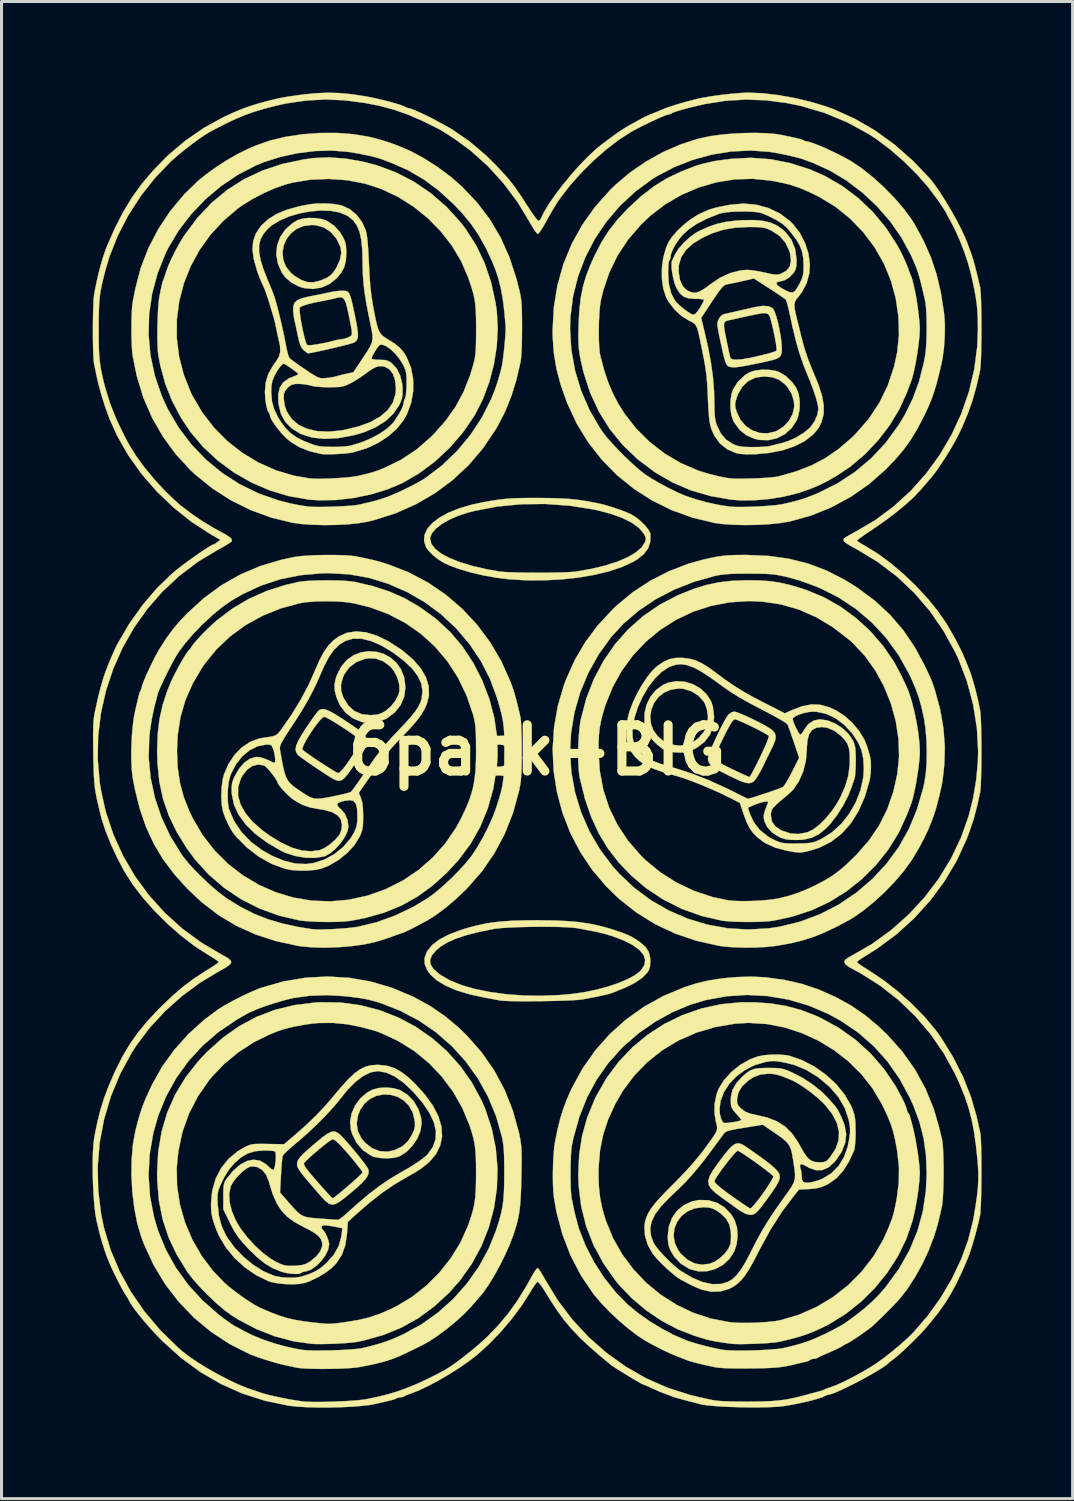
<source format=kicad_pcb>
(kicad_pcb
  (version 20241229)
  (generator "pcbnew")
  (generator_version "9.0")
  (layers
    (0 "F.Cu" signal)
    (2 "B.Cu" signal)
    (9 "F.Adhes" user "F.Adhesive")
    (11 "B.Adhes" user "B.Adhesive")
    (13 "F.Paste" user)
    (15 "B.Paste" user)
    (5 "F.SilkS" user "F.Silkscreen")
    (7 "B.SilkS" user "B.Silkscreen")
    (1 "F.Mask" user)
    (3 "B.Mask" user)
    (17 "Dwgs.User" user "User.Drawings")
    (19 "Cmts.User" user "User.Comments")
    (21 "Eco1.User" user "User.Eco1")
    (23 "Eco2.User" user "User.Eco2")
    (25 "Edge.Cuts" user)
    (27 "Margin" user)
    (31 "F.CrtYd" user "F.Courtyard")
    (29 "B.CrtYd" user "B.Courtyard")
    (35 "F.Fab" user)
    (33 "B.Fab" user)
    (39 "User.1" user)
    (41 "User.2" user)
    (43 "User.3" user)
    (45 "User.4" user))
  (footprint "6pack-BIG"
    (layer "F.Cu")
    (at 14.659 21.68)
    (property "Reference" "6pack-BIG" (at 0 0 0) (layer "F.SilkS") (effects (font (size 1.524 1.524) (thickness 0.3))))
    (attr through_hole)
    (fp_poly (pts (xy -4.744 11.145) (xy -4.534 11.203) (xy -4.522 11.208) (xy -4.274 11.362) (xy -4.067 11.577) (xy -3.915 11.836) (xy -3.827 12.121) (xy -3.81 12.31) (xy -3.848 12.555) (xy -3.952 12.806) (xy -4.109 13.041) (xy -4.303 13.24) (xy -4.521 13.382) (xy -4.555 13.398) (xy -4.73 13.442) (xy -4.948 13.459) (xy -5.174 13.447) (xy -5.375 13.409) (xy -5.473 13.372) (xy -5.743 13.19) (xy -5.953 12.949) (xy -6.1 12.655) (xy -6.141 12.516) (xy -6.16 12.314) (xy -5.95 12.314) (xy -5.91 12.57) (xy -5.789 12.807) (xy -5.665 12.951) (xy -5.435 13.127) (xy -5.186 13.223) (xy -4.922 13.237) (xy -4.697 13.186) (xy -4.447 13.064) (xy -4.256 12.888) (xy -4.125 12.678) (xy -4.059 12.528) (xy -4.03 12.407) (xy -4.031 12.275) (xy -4.038 12.21) (xy -4.105 11.941) (xy -4.229 11.72) (xy -4.399 11.55) (xy -4.601 11.431) (xy -4.825 11.365) (xy -5.057 11.352) (xy -5.286 11.393) (xy -5.5 11.491) (xy -5.686 11.645) (xy -5.833 11.857) (xy -5.906 12.039) (xy -5.95 12.314) (xy -6.16 12.314) (xy -6.166 12.251) (xy -6.118 11.98) (xy -6.004 11.72) (xy -5.835 11.488) (xy -5.617 11.298) (xy -5.428 11.193) (xy -5.227 11.139) (xy -4.987 11.123) (xy -4.744 11.145)) (stroke (width 0.01) (type solid)) (fill yes) (layer "F.SilkS"))
    (fp_poly (pts (xy 4.872 -2.254) (xy 5.14 -2.171) (xy 5.383 -2.032) (xy 5.584 -1.845) (xy 5.73 -1.618) (xy 5.791 -1.441) (xy 5.834 -1.1) (xy 5.802 -0.788) (xy 5.697 -0.512) (xy 5.521 -0.276) (xy 5.278 -0.088) (xy 5.196 -0.044) (xy 5.021 0.034) (xy 4.869 0.072) (xy 4.697 0.081) (xy 4.682 0.08) (xy 4.515 0.07) (xy 4.359 0.049) (xy 4.281 0.031) (xy 4.128 -0.048) (xy 3.96 -0.179) (xy 3.8 -0.34) (xy 3.673 -0.509) (xy 3.612 -0.626) (xy 3.539 -0.919) (xy 3.54 -1.11) (xy 3.728 -1.11) (xy 3.75 -0.877) (xy 3.832 -0.652) (xy 3.98 -0.45) (xy 4.175 -0.293) (xy 4.435 -0.18) (xy 4.708 -0.147) (xy 4.983 -0.196) (xy 5.127 -0.256) (xy 5.313 -0.39) (xy 5.482 -0.583) (xy 5.573 -0.731) (xy 5.622 -0.899) (xy 5.63 -1.108) (xy 5.6 -1.326) (xy 5.535 -1.523) (xy 5.492 -1.602) (xy 5.314 -1.798) (xy 5.085 -1.941) (xy 4.827 -2.02) (xy 4.687 -2.032) (xy 4.416 -1.996) (xy 4.184 -1.897) (xy 3.996 -1.747) (xy 3.855 -1.558) (xy 3.765 -1.342) (xy 3.728 -1.11) (xy 3.54 -1.11) (xy 3.54 -1.215) (xy 3.607 -1.5) (xy 3.735 -1.76) (xy 3.917 -1.981) (xy 4.148 -2.149) (xy 4.315 -2.222) (xy 4.592 -2.273) (xy 4.872 -2.254)) (stroke (width 0.01) (type solid)) (fill yes) (layer "F.SilkS"))
    (fp_poly (pts (xy -7.307 -17.54) (xy -7.094 -17.507) (xy -6.927 -17.448) (xy -6.921 -17.444) (xy -6.678 -17.275) (xy -6.495 -17.068) (xy -6.401 -16.912) (xy -6.339 -16.774) (xy -6.305 -16.64) (xy -6.293 -16.474) (xy -6.292 -16.383) (xy -6.307 -16.125) (xy -6.361 -15.918) (xy -6.464 -15.732) (xy -6.605 -15.562) (xy -6.833 -15.374) (xy -7.099 -15.253) (xy -7.387 -15.204) (xy -7.679 -15.23) (xy -7.834 -15.277) (xy -8.103 -15.413) (xy -8.306 -15.591) (xy -8.418 -15.747) (xy -8.549 -16.044) (xy -8.6 -16.345) (xy -8.595 -16.401) (xy -8.394 -16.401) (xy -8.371 -16.169) (xy -8.285 -15.947) (xy -8.131 -15.745) (xy -7.989 -15.629) (xy -7.771 -15.498) (xy -7.579 -15.43) (xy -7.39 -15.422) (xy -7.179 -15.471) (xy -7.117 -15.492) (xy -6.927 -15.574) (xy -6.791 -15.67) (xy -6.681 -15.804) (xy -6.624 -15.896) (xy -6.503 -16.158) (xy -6.457 -16.394) (xy -6.484 -16.586) (xy -6.616 -16.861) (xy -6.799 -17.077) (xy -7.026 -17.227) (xy -7.288 -17.304) (xy -7.428 -17.314) (xy -7.701 -17.279) (xy -7.934 -17.181) (xy -8.124 -17.032) (xy -8.267 -16.844) (xy -8.358 -16.63) (xy -8.394 -16.401) (xy -8.595 -16.401) (xy -8.573 -16.639) (xy -8.473 -16.915) (xy -8.301 -17.164) (xy -8.061 -17.375) (xy -7.905 -17.469) (xy -7.743 -17.521) (xy -7.533 -17.545) (xy -7.307 -17.54)) (stroke (width 0.01) (type solid)) (fill yes) (layer "F.SilkS"))
    (fp_poly (pts (xy -5.305 -3.243) (xy -5.059 -3.172) (xy -4.834 -3.05) (xy -4.639 -2.879) (xy -4.486 -2.66) (xy -4.384 -2.396) (xy -4.344 -2.087) (xy -4.344 -2.074) (xy -4.382 -1.766) (xy -4.498 -1.49) (xy -4.689 -1.249) (xy -4.954 -1.047) (xy -4.975 -1.035) (xy -5.158 -0.96) (xy -5.383 -0.915) (xy -5.61 -0.904) (xy -5.779 -0.926) (xy -6.071 -1.045) (xy -6.313 -1.23) (xy -6.501 -1.478) (xy -6.611 -1.726) (xy -6.671 -1.953) (xy -6.682 -2.149) (xy -6.68 -2.157) (xy -6.467 -2.157) (xy -6.463 -1.964) (xy -6.398 -1.759) (xy -6.377 -1.713) (xy -6.222 -1.464) (xy -6.023 -1.288) (xy -5.78 -1.184) (xy -5.495 -1.154) (xy -5.461 -1.155) (xy -5.278 -1.172) (xy -5.14 -1.213) (xy -5.006 -1.288) (xy -5.003 -1.29) (xy -4.825 -1.44) (xy -4.677 -1.626) (xy -4.575 -1.821) (xy -4.541 -1.947) (xy -4.548 -2.167) (xy -4.614 -2.402) (xy -4.729 -2.62) (xy -4.84 -2.755) (xy -5.065 -2.924) (xy -5.312 -3.016) (xy -5.57 -3.028) (xy -5.684 -3.008) (xy -5.968 -2.899) (xy -6.192 -2.731) (xy -6.354 -2.508) (xy -6.412 -2.374) (xy -6.467 -2.157) (xy -6.68 -2.157) (xy -6.643 -2.35) (xy -6.599 -2.48) (xy -6.457 -2.758) (xy -6.272 -2.973) (xy -6.054 -3.127) (xy -5.812 -3.222) (xy -5.559 -3.26) (xy -5.305 -3.243)) (stroke (width 0.01) (type solid)) (fill yes) (layer "F.SilkS"))
    (fp_poly (pts (xy 5.645 14.839) (xy 5.932 14.924) (xy 6.186 15.081) (xy 6.395 15.304) (xy 6.511 15.498) (xy 6.588 15.741) (xy 6.609 16.017) (xy 6.575 16.297) (xy 6.496 16.533) (xy 6.337 16.777) (xy 6.126 16.969) (xy 5.877 17.105) (xy 5.605 17.179) (xy 5.325 17.185) (xy 5.053 17.117) (xy 4.995 17.091) (xy 4.733 16.928) (xy 4.529 16.712) (xy 4.425 16.547) (xy 4.357 16.404) (xy 4.321 16.266) (xy 4.307 16.095) (xy 4.306 16.03) (xy 4.308 16.009) (xy 4.498 16.009) (xy 4.538 16.253) (xy 4.651 16.489) (xy 4.73 16.594) (xy 4.947 16.795) (xy 5.185 16.92) (xy 5.435 16.966) (xy 5.688 16.932) (xy 5.839 16.872) (xy 6.02 16.753) (xy 6.183 16.6) (xy 6.307 16.434) (xy 6.374 16.277) (xy 6.376 16.269) (xy 6.387 16.145) (xy 6.389 15.982) (xy 6.384 15.878) (xy 6.336 15.641) (xy 6.224 15.441) (xy 6.039 15.265) (xy 5.934 15.193) (xy 5.802 15.12) (xy 5.677 15.083) (xy 5.518 15.071) (xy 5.472 15.071) (xy 5.194 15.107) (xy 4.955 15.206) (xy 4.76 15.358) (xy 4.615 15.55) (xy 4.526 15.771) (xy 4.498 16.009) (xy 4.308 16.009) (xy 4.34 15.709) (xy 4.445 15.425) (xy 4.611 15.186) (xy 4.834 15.001) (xy 5.104 14.878) (xy 5.335 14.831) (xy 5.645 14.839)) (stroke (width 0.01) (type solid)) (fill yes) (layer "F.SilkS"))
    (fp_poly (pts (xy 7.628 -12.539) (xy 7.846 -12.508) (xy 7.968 -12.47) (xy 8.195 -12.335) (xy 8.402 -12.139) (xy 8.54 -11.946) (xy 8.621 -11.74) (xy 8.658 -11.49) (xy 8.651 -11.228) (xy 8.6 -10.982) (xy 8.556 -10.871) (xy 8.387 -10.615) (xy 8.166 -10.416) (xy 7.906 -10.282) (xy 7.619 -10.217) (xy 7.32 -10.227) (xy 7.164 -10.265) (xy 6.897 -10.38) (xy 6.683 -10.55) (xy 6.506 -10.787) (xy 6.466 -10.858) (xy 6.402 -11.043) (xy 6.371 -11.275) (xy 6.373 -11.38) (xy 6.525 -11.38) (xy 6.542 -11.276) (xy 6.579 -11.15) (xy 6.699 -10.894) (xy 6.873 -10.69) (xy 7.089 -10.542) (xy 7.333 -10.458) (xy 7.592 -10.444) (xy 7.853 -10.505) (xy 7.912 -10.531) (xy 8.132 -10.673) (xy 8.305 -10.863) (xy 8.423 -11.083) (xy 8.476 -11.316) (xy 8.462 -11.515) (xy 8.383 -11.76) (xy 8.258 -11.961) (xy 8.167 -12.062) (xy 7.978 -12.208) (xy 7.759 -12.291) (xy 7.49 -12.319) (xy 7.475 -12.319) (xy 7.199 -12.281) (xy 6.961 -12.168) (xy 6.767 -11.986) (xy 6.621 -11.739) (xy 6.576 -11.616) (xy 6.537 -11.48) (xy 6.525 -11.38) (xy 6.373 -11.38) (xy 6.374 -11.522) (xy 6.411 -11.754) (xy 6.46 -11.896) (xy 6.621 -12.148) (xy 6.843 -12.357) (xy 7 -12.454) (xy 7.173 -12.511) (xy 7.393 -12.54) (xy 7.628 -12.539)) (stroke (width 0.01) (type solid)) (fill yes) (layer "F.SilkS"))
    (fp_poly (pts (xy 6.714 12.979) (xy 6.822 13.035) (xy 6.907 13.092) (xy 7.044 13.188) (xy 7.213 13.307) (xy 7.371 13.418) (xy 7.534 13.537) (xy 7.697 13.666) (xy 7.821 13.772) (xy 7.927 13.882) (xy 7.988 13.983) (xy 8.001 14.09) (xy 7.964 14.217) (xy 7.876 14.377) (xy 7.735 14.586) (xy 7.712 14.618) (xy 7.539 14.859) (xy 7.405 15.038) (xy 7.301 15.165) (xy 7.219 15.248) (xy 7.15 15.296) (xy 7.086 15.318) (xy 7.023 15.323) (xy 6.862 15.283) (xy 6.665 15.167) (xy 6.661 15.164) (xy 6.525 15.067) (xy 6.351 14.942) (xy 6.168 14.811) (xy 6.101 14.763) (xy 5.885 14.602) (xy 5.738 14.464) (xy 5.657 14.335) (xy 5.643 14.218) (xy 5.842 14.218) (xy 5.872 14.266) (xy 5.951 14.346) (xy 6.032 14.417) (xy 6.141 14.501) (xy 6.285 14.608) (xy 6.448 14.726) (xy 6.617 14.844) (xy 6.775 14.952) (xy 6.907 15.04) (xy 6.999 15.097) (xy 7.034 15.113) (xy 7.071 15.082) (xy 7.146 14.999) (xy 7.245 14.88) (xy 7.287 14.827) (xy 7.4 14.677) (xy 7.516 14.512) (xy 7.624 14.351) (xy 7.713 14.209) (xy 7.771 14.104) (xy 7.789 14.055) (xy 7.756 14.016) (xy 7.667 13.94) (xy 7.536 13.838) (xy 7.376 13.718) (xy 7.202 13.592) (xy 7.028 13.468) (xy 6.867 13.359) (xy 6.734 13.272) (xy 6.643 13.22) (xy 6.612 13.208) (xy 6.564 13.241) (xy 6.481 13.328) (xy 6.372 13.456) (xy 6.251 13.608) (xy 6.127 13.771) (xy 6.013 13.929) (xy 5.92 14.067) (xy 5.86 14.17) (xy 5.842 14.218) (xy 5.643 14.218) (xy 5.64 14.201) (xy 5.686 14.048) (xy 5.793 13.86) (xy 5.955 13.629) (xy 6.143 13.376) (xy 6.293 13.189) (xy 6.416 13.061) (xy 6.521 12.987) (xy 6.617 12.961) (xy 6.714 12.979)) (stroke (width 0.01) (type solid)) (fill yes) (layer "F.SilkS"))
    (fp_poly (pts (xy -6.575 12.615) (xy -6.472 12.702) (xy -6.423 12.753) (xy -6.261 12.932) (xy -6.094 13.125) (xy -5.934 13.318) (xy -5.79 13.498) (xy -5.673 13.652) (xy -5.593 13.769) (xy -5.561 13.831) (xy -5.553 13.926) (xy -5.583 14.026) (xy -5.657 14.139) (xy -5.782 14.276) (xy -5.966 14.444) (xy -6.125 14.579) (xy -6.346 14.761) (xy -6.517 14.89) (xy -6.651 14.964) (xy -6.763 14.985) (xy -6.868 14.951) (xy -6.981 14.863) (xy -7.116 14.72) (xy -7.244 14.573) (xy -7.457 14.326) (xy -7.621 14.133) (xy -7.741 13.986) (xy -7.823 13.875) (xy -7.876 13.791) (xy -7.904 13.726) (xy -7.915 13.671) (xy -7.916 13.647) (xy -7.914 13.631) (xy -7.694 13.631) (xy -7.673 13.692) (xy -7.609 13.795) (xy -7.513 13.92) (xy -7.489 13.949) (xy -7.276 14.197) (xy -7.09 14.408) (xy -6.937 14.578) (xy -6.823 14.699) (xy -6.753 14.764) (xy -6.736 14.774) (xy -6.695 14.748) (xy -6.602 14.676) (xy -6.469 14.568) (xy -6.309 14.434) (xy -6.232 14.368) (xy -6.065 14.223) (xy -5.923 14.094) (xy -5.819 13.993) (xy -5.763 13.931) (xy -5.757 13.919) (xy -5.784 13.87) (xy -5.855 13.772) (xy -5.959 13.638) (xy -6.085 13.484) (xy -6.22 13.323) (xy -6.355 13.17) (xy -6.476 13.037) (xy -6.525 12.986) (xy -6.624 12.896) (xy -6.707 12.838) (xy -6.738 12.827) (xy -6.794 12.854) (xy -6.897 12.925) (xy -7.032 13.03) (xy -7.185 13.154) (xy -7.34 13.285) (xy -7.484 13.412) (xy -7.6 13.521) (xy -7.674 13.6) (xy -7.694 13.631) (xy -7.914 13.631) (xy -7.907 13.576) (xy -7.875 13.501) (xy -7.81 13.414) (xy -7.706 13.305) (xy -7.553 13.165) (xy -7.344 12.984) (xy -7.27 12.922) (xy -7.063 12.752) (xy -6.903 12.64) (xy -6.777 12.581) (xy -6.672 12.573) (xy -6.575 12.615)) (stroke (width 0.01) (type solid)) (fill yes) (layer "F.SilkS"))
    (fp_poly (pts (xy -6.954 -1.332) (xy -6.821 -1.274) (xy -6.645 -1.174) (xy -6.418 -1.03) (xy -6.291 -0.946) (xy -6.026 -0.768) (xy -5.828 -0.623) (xy -5.694 -0.498) (xy -5.622 -0.382) (xy -5.607 -0.26) (xy -5.648 -0.12) (xy -5.739 0.051) (xy -5.879 0.267) (xy -5.964 0.391) (xy -6.125 0.626) (xy -6.25 0.797) (xy -6.347 0.913) (xy -6.427 0.981) (xy -6.499 1.01) (xy -6.573 1.007) (xy -6.657 0.981) (xy -6.676 0.973) (xy -6.75 0.934) (xy -6.876 0.856) (xy -7.04 0.75) (xy -7.224 0.629) (xy -7.413 0.501) (xy -7.589 0.379) (xy -7.739 0.273) (xy -7.844 0.194) (xy -7.881 0.162) (xy -7.943 0.077) (xy -7.965 -0.02) (xy -7.74 -0.02) (xy -7.736 -0.014) (xy -7.668 0.042) (xy -7.549 0.129) (xy -7.395 0.236) (xy -7.22 0.354) (xy -7.039 0.473) (xy -6.868 0.582) (xy -6.721 0.673) (xy -6.613 0.736) (xy -6.56 0.759) (xy -6.559 0.759) (xy -6.505 0.728) (xy -6.42 0.643) (xy -6.323 0.522) (xy -6.305 0.498) (xy -6.148 0.27) (xy -6.015 0.064) (xy -5.913 -0.109) (xy -5.848 -0.239) (xy -5.827 -0.313) (xy -5.828 -0.321) (xy -5.872 -0.368) (xy -5.974 -0.448) (xy -6.118 -0.551) (xy -6.289 -0.668) (xy -6.472 -0.788) (xy -6.65 -0.901) (xy -6.81 -0.997) (xy -6.936 -1.067) (xy -7.012 -1.099) (xy -7.021 -1.101) (xy -7.08 -1.067) (xy -7.168 -0.977) (xy -7.274 -0.845) (xy -7.388 -0.687) (xy -7.501 -0.517) (xy -7.603 -0.35) (xy -7.683 -0.201) (xy -7.732 -0.086) (xy -7.74 -0.02) (xy -7.965 -0.02) (xy -7.965 -0.022) (xy -7.944 -0.146) (xy -7.877 -0.304) (xy -7.761 -0.509) (xy -7.616 -0.734) (xy -7.489 -0.922) (xy -7.374 -1.086) (xy -7.28 -1.213) (xy -7.218 -1.289) (xy -7.206 -1.302) (xy -7.136 -1.342) (xy -7.055 -1.353) (xy -6.954 -1.332)) (stroke (width 0.01) (type solid)) (fill yes) (layer "F.SilkS"))
    (fp_poly (pts (xy 6.577 -1.251) (xy 6.716 -1.198) (xy 6.894 -1.121) (xy 7.092 -1.028) (xy 7.293 -0.928) (xy 7.48 -0.829) (xy 7.634 -0.74) (xy 7.739 -0.669) (xy 7.758 -0.653) (xy 7.836 -0.559) (xy 7.866 -0.456) (xy 7.849 -0.328) (xy 7.783 -0.158) (xy 7.731 -0.051) (xy 7.637 0.137) (xy 7.539 0.339) (xy 7.469 0.487) (xy 7.384 0.656) (xy 7.289 0.824) (xy 7.229 0.921) (xy 7.156 1.015) (xy 7.079 1.072) (xy 6.985 1.092) (xy 6.863 1.074) (xy 6.698 1.016) (xy 6.48 0.917) (xy 6.336 0.847) (xy 6.08 0.718) (xy 5.892 0.612) (xy 5.763 0.523) (xy 5.683 0.442) (xy 5.642 0.362) (xy 5.63 0.274) (xy 5.63 0.272) (xy 5.632 0.265) (xy 5.842 0.265) (xy 5.862 0.308) (xy 5.93 0.364) (xy 6.052 0.437) (xy 6.238 0.535) (xy 6.403 0.616) (xy 6.603 0.711) (xy 6.777 0.793) (xy 6.909 0.852) (xy 6.986 0.884) (xy 6.999 0.888) (xy 7.027 0.852) (xy 7.086 0.752) (xy 7.167 0.6) (xy 7.264 0.408) (xy 7.35 0.232) (xy 7.452 0.015) (xy 7.538 -0.177) (xy 7.601 -0.33) (xy 7.636 -0.431) (xy 7.641 -0.466) (xy 7.591 -0.504) (xy 7.482 -0.568) (xy 7.33 -0.65) (xy 7.153 -0.739) (xy 6.969 -0.829) (xy 6.796 -0.909) (xy 6.651 -0.973) (xy 6.551 -1.01) (xy 6.521 -1.016) (xy 6.48 -0.999) (xy 6.428 -0.941) (xy 6.359 -0.835) (xy 6.269 -0.669) (xy 6.151 -0.436) (xy 6.14 -0.415) (xy 6.038 -0.204) (xy 5.951 -0.015) (xy 5.885 0.137) (xy 5.848 0.237) (xy 5.842 0.265) (xy 5.632 0.265) (xy 5.649 0.188) (xy 5.7 0.045) (xy 5.776 -0.138) (xy 5.869 -0.346) (xy 5.97 -0.563) (xy 6.073 -0.771) (xy 6.17 -0.954) (xy 6.252 -1.095) (xy 6.306 -1.171) (xy 6.4 -1.243) (xy 6.493 -1.27) (xy 6.577 -1.251)) (stroke (width 0.01) (type solid)) (fill yes) (layer "F.SilkS"))
    (fp_poly (pts (xy 7.628 -14.635) (xy 7.757 -14.574) (xy 7.771 -14.559) (xy 7.826 -14.463) (xy 7.883 -14.302) (xy 7.938 -14.096) (xy 7.988 -13.866) (xy 8.029 -13.631) (xy 8.057 -13.411) (xy 8.068 -13.226) (xy 8.058 -13.096) (xy 8.057 -13.094) (xy 8.038 -13.03) (xy 8.009 -12.978) (xy 7.957 -12.934) (xy 7.873 -12.895) (xy 7.746 -12.856) (xy 7.564 -12.813) (xy 7.317 -12.76) (xy 7.124 -12.72) (xy 6.855 -12.668) (xy 6.654 -12.635) (xy 6.508 -12.621) (xy 6.404 -12.625) (xy 6.328 -12.645) (xy 6.299 -12.66) (xy 6.263 -12.689) (xy 6.231 -12.739) (xy 6.198 -12.82) (xy 6.162 -12.944) (xy 6.119 -13.123) (xy 6.066 -13.367) (xy 6.028 -13.543) (xy 5.983 -13.763) (xy 5.955 -13.918) (xy 5.951 -13.96) (xy 6.161 -13.96) (xy 6.181 -13.819) (xy 6.219 -13.62) (xy 6.275 -13.351) (xy 6.288 -13.293) (xy 6.322 -13.133) (xy 6.351 -13.003) (xy 6.37 -12.927) (xy 6.372 -12.922) (xy 6.428 -12.884) (xy 6.556 -12.871) (xy 6.745 -12.885) (xy 6.988 -12.925) (xy 7.133 -12.956) (xy 7.427 -13.025) (xy 7.644 -13.081) (xy 7.791 -13.125) (xy 7.873 -13.158) (xy 7.889 -13.169) (xy 7.894 -13.22) (xy 7.882 -13.338) (xy 7.856 -13.504) (xy 7.817 -13.703) (xy 7.77 -13.919) (xy 7.717 -14.135) (xy 7.703 -14.187) (xy 7.664 -14.306) (xy 7.613 -14.377) (xy 7.532 -14.406) (xy 7.404 -14.401) (xy 7.214 -14.367) (xy 7.031 -14.329) (xy 6.859 -14.293) (xy 6.731 -14.264) (xy 6.72 -14.262) (xy 6.567 -14.226) (xy 6.405 -14.19) (xy 6.389 -14.187) (xy 6.296 -14.167) (xy 6.227 -14.146) (xy 6.183 -14.112) (xy 6.161 -14.053) (xy 6.161 -13.96) (xy 5.951 -13.96) (xy 5.943 -14.024) (xy 5.947 -14.1) (xy 5.964 -14.162) (xy 5.985 -14.209) (xy 6.058 -14.314) (xy 6.145 -14.37) (xy 6.148 -14.37) (xy 6.24 -14.391) (xy 6.406 -14.429) (xy 6.635 -14.481) (xy 6.918 -14.546) (xy 7.184 -14.607) (xy 7.435 -14.646) (xy 7.628 -14.635)) (stroke (width 0.01) (type solid)) (fill yes) (layer "F.SilkS"))
    (fp_poly (pts (xy -6.343 -15.143) (xy -6.25 -15.117) (xy -6.245 -15.114) (xy -6.209 -15.073) (xy -6.176 -15.008) (xy -6.141 -14.906) (xy -6.102 -14.757) (xy -6.055 -14.548) (xy -5.997 -14.269) (xy -5.988 -14.224) (xy -5.939 -13.967) (xy -5.912 -13.778) (xy -5.908 -13.644) (xy -5.927 -13.551) (xy -5.971 -13.485) (xy -6.026 -13.441) (xy -6.086 -13.419) (xy -6.212 -13.383) (xy -6.387 -13.338) (xy -6.594 -13.287) (xy -6.817 -13.234) (xy -7.038 -13.184) (xy -7.241 -13.139) (xy -7.409 -13.105) (xy -7.525 -13.085) (xy -7.561 -13.081) (xy -7.594 -13.104) (xy -7.667 -13.16) (xy -7.675 -13.166) (xy -7.74 -13.231) (xy -7.793 -13.318) (xy -7.838 -13.446) (xy -7.884 -13.629) (xy -7.914 -13.78) (xy -7.949 -13.947) (xy -7.985 -14.107) (xy -8.004 -14.187) (xy -8.029 -14.331) (xy -8.043 -14.496) (xy -8.043 -14.529) (xy -8.043 -14.531) (xy -7.833 -14.531) (xy -7.824 -14.407) (xy -7.801 -14.239) (xy -7.768 -14.044) (xy -7.728 -13.843) (xy -7.684 -13.654) (xy -7.641 -13.495) (xy -7.602 -13.385) (xy -7.59 -13.364) (xy -7.538 -13.347) (xy -7.415 -13.354) (xy -7.216 -13.385) (xy -7.006 -13.425) (xy -6.852 -13.459) (xy -6.71 -13.495) (xy -6.664 -13.508) (xy -6.54 -13.536) (xy -6.44 -13.547) (xy -6.336 -13.566) (xy -6.218 -13.613) (xy -6.217 -13.613) (xy -6.164 -13.641) (xy -6.128 -13.668) (xy -6.11 -13.71) (xy -6.108 -13.779) (xy -6.122 -13.89) (xy -6.153 -14.055) (xy -6.199 -14.29) (xy -6.203 -14.309) (xy -6.257 -14.561) (xy -6.305 -14.74) (xy -6.356 -14.855) (xy -6.416 -14.915) (xy -6.493 -14.932) (xy -6.592 -14.914) (xy -6.621 -14.906) (xy -6.731 -14.878) (xy -6.888 -14.844) (xy -7.048 -14.814) (xy -7.317 -14.762) (xy -7.541 -14.708) (xy -7.709 -14.655) (xy -7.808 -14.607) (xy -7.824 -14.592) (xy -7.833 -14.531) (xy -8.043 -14.531) (xy -8.033 -14.656) (xy -7.993 -14.753) (xy -7.914 -14.827) (xy -7.783 -14.887) (xy -7.59 -14.94) (xy -7.345 -14.989) (xy -7.171 -15.022) (xy -6.993 -15.061) (xy -6.943 -15.072) (xy -6.705 -15.12) (xy -6.5 -15.144) (xy -6.343 -15.143)) (stroke (width 0.01) (type solid)) (fill yes) (layer "F.SilkS"))
    (fp_poly (pts (xy 0.064 -8.313) (xy 0.449 -8.308) (xy 0.771 -8.299) (xy 1.052 -8.282) (xy 1.311 -8.256) (xy 1.572 -8.218) (xy 1.854 -8.167) (xy 2.041 -8.13) (xy 2.244 -8.08) (xy 2.485 -8.007) (xy 2.733 -7.923) (xy 2.954 -7.838) (xy 3.09 -7.778) (xy 3.246 -7.683) (xy 3.405 -7.556) (xy 3.549 -7.415) (xy 3.662 -7.277) (xy 3.725 -7.16) (xy 3.733 -7.129) (xy 3.731 -6.878) (xy 3.662 -6.66) (xy 3.521 -6.467) (xy 3.302 -6.29) (xy 3.161 -6.206) (xy 2.801 -6.039) (xy 2.371 -5.896) (xy 1.885 -5.778) (xy 1.354 -5.688) (xy 0.792 -5.627) (xy 0.21 -5.597) (xy -0.379 -5.599) (xy -0.953 -5.635) (xy -1.363 -5.687) (xy -1.783 -5.763) (xy -2.193 -5.859) (xy -2.571 -5.97) (xy -2.898 -6.091) (xy -3.059 -6.165) (xy -3.251 -6.281) (xy -3.433 -6.425) (xy -3.582 -6.576) (xy -3.665 -6.694) (xy -3.728 -6.898) (xy -3.722 -6.973) (xy -3.531 -6.973) (xy -3.489 -6.802) (xy -3.366 -6.638) (xy -3.166 -6.481) (xy -2.891 -6.334) (xy -2.546 -6.197) (xy -2.133 -6.072) (xy -1.656 -5.962) (xy -1.27 -5.892) (xy -1.134 -5.877) (xy -0.93 -5.866) (xy -0.674 -5.857) (xy -0.381 -5.851) (xy -0.068 -5.849) (xy 0.248 -5.849) (xy 0.553 -5.853) (xy 0.83 -5.859) (xy 1.062 -5.869) (xy 1.234 -5.881) (xy 1.28 -5.887) (xy 1.785 -5.975) (xy 2.239 -6.084) (xy 2.638 -6.211) (xy 2.974 -6.354) (xy 3.242 -6.51) (xy 3.437 -6.677) (xy 3.554 -6.853) (xy 3.555 -6.855) (xy 3.584 -6.954) (xy 3.569 -7.039) (xy 3.527 -7.121) (xy 3.369 -7.314) (xy 3.131 -7.491) (xy 2.818 -7.651) (xy 2.433 -7.79) (xy 1.98 -7.909) (xy 1.856 -7.935) (xy 1.065 -8.059) (xy 0.262 -8.116) (xy -0.536 -8.106) (xy -1.316 -8.03) (xy -2.061 -7.888) (xy -2.286 -7.83) (xy -2.609 -7.724) (xy -2.898 -7.597) (xy -3.144 -7.455) (xy -3.337 -7.305) (xy -3.469 -7.154) (xy -3.528 -7.007) (xy -3.531 -6.973) (xy -3.722 -6.973) (xy -3.712 -7.1) (xy -3.619 -7.298) (xy -3.454 -7.487) (xy -3.223 -7.664) (xy -2.928 -7.826) (xy -2.574 -7.969) (xy -2.166 -8.09) (xy -1.82 -8.165) (xy -1.538 -8.216) (xy -1.292 -8.254) (xy -1.061 -8.281) (xy -0.825 -8.299) (xy -0.564 -8.309) (xy -0.256 -8.313) (xy 0.064 -8.313)) (stroke (width 0.01) (type solid)) (fill yes) (layer "F.SilkS"))
    (fp_poly (pts (xy 0.527 5.616) (xy 0.964 5.634) (xy 1.35 5.667) (xy 1.701 5.717) (xy 2.033 5.785) (xy 2.362 5.874) (xy 2.55 5.934) (xy 2.788 6.015) (xy 2.968 6.085) (xy 3.112 6.153) (xy 3.246 6.232) (xy 3.391 6.333) (xy 3.399 6.339) (xy 3.574 6.492) (xy 3.679 6.653) (xy 3.726 6.847) (xy 3.731 6.97) (xy 3.72 7.135) (xy 3.68 7.257) (xy 3.624 7.342) (xy 3.454 7.513) (xy 3.21 7.678) (xy 2.907 7.828) (xy 2.847 7.853) (xy 2.693 7.915) (xy 2.56 7.969) (xy 2.478 8.002) (xy 2.477 8.003) (xy 2.371 8.037) (xy 2.265 8.064) (xy 2.141 8.09) (xy 1.99 8.122) (xy 1.947 8.131) (xy 1.794 8.162) (xy 1.61 8.197) (xy 1.503 8.217) (xy 1.381 8.232) (xy 1.192 8.245) (xy 0.95 8.256) (xy 0.669 8.265) (xy 0.365 8.272) (xy 0.05 8.277) (xy -0.26 8.279) (xy -0.552 8.279) (xy -0.811 8.276) (xy -1.022 8.269) (xy -1.172 8.26) (xy -1.228 8.253) (xy -1.376 8.224) (xy -1.561 8.189) (xy -1.693 8.166) (xy -2.206 8.057) (xy -2.65 7.923) (xy -3.021 7.765) (xy -3.317 7.584) (xy -3.535 7.381) (xy -3.624 7.256) (xy -3.708 7.05) (xy -3.71 6.92) (xy -3.531 6.92) (xy -3.511 7.07) (xy -3.411 7.222) (xy -3.228 7.382) (xy -3.179 7.417) (xy -2.87 7.594) (xy -2.489 7.747) (xy -2.047 7.875) (xy -1.554 7.975) (xy -1.021 8.047) (xy -0.457 8.089) (xy 0.128 8.099) (xy 0.722 8.076) (xy 1.143 8.039) (xy 1.539 7.983) (xy 1.931 7.903) (xy 2.306 7.804) (xy 2.652 7.689) (xy 2.955 7.564) (xy 3.204 7.432) (xy 3.385 7.298) (xy 3.428 7.255) (xy 3.536 7.084) (xy 3.561 6.914) (xy 3.504 6.746) (xy 3.366 6.583) (xy 3.15 6.426) (xy 2.857 6.276) (xy 2.488 6.136) (xy 2.455 6.125) (xy 2.256 6.066) (xy 2.045 6.011) (xy 1.873 5.974) (xy 1.674 5.938) (xy 1.455 5.896) (xy 1.344 5.874) (xy 1.191 5.854) (xy 0.968 5.839) (xy 0.693 5.829) (xy 0.381 5.824) (xy 0.048 5.823) (xy -0.29 5.828) (xy -0.617 5.836) (xy -0.918 5.849) (xy -1.177 5.866) (xy -1.377 5.887) (xy -1.439 5.897) (xy -1.925 5.996) (xy -2.333 6.1) (xy -2.673 6.213) (xy -2.952 6.336) (xy -3.178 6.474) (xy -3.332 6.602) (xy -3.471 6.766) (xy -3.531 6.92) (xy -3.71 6.92) (xy -3.711 6.851) (xy -3.633 6.645) (xy -3.622 6.625) (xy -3.464 6.428) (xy -3.231 6.248) (xy -2.92 6.084) (xy -2.53 5.934) (xy -2.306 5.864) (xy -2.009 5.784) (xy -1.723 5.722) (xy -1.429 5.676) (xy -1.112 5.643) (xy -0.756 5.622) (xy -0.344 5.612) (xy 0.021 5.61) (xy 0.527 5.616)) (stroke (width 0.01) (type solid)) (fill yes) (layer "F.SilkS"))
    (fp_poly (pts (xy -6.622 -5.593) (xy -6.362 -5.583) (xy -6.147 -5.566) (xy -6.032 -5.55) (xy -5.424 -5.409) (xy -4.876 -5.231) (xy -4.371 -5.008) (xy -3.891 -4.73) (xy -3.416 -4.39) (xy -3.309 -4.305) (xy -2.857 -3.885) (xy -2.454 -3.404) (xy -2.104 -2.872) (xy -1.812 -2.3) (xy -1.581 -1.699) (xy -1.416 -1.079) (xy -1.322 -0.45) (xy -1.302 0.177) (xy -1.332 0.581) (xy -1.448 1.28) (xy -1.629 1.926) (xy -1.876 2.526) (xy -2.193 3.087) (xy -2.583 3.613) (xy -2.98 4.044) (xy -3.456 4.475) (xy -3.95 4.832) (xy -4.471 5.123) (xy -5.031 5.353) (xy -5.644 5.528) (xy -6.143 5.627) (xy -6.345 5.649) (xy -6.606 5.662) (xy -6.901 5.666) (xy -7.205 5.661) (xy -7.493 5.648) (xy -7.739 5.627) (xy -7.853 5.611) (xy -8.522 5.453) (xy -9.16 5.22) (xy -9.76 4.915) (xy -10.318 4.541) (xy -10.827 4.104) (xy -11.28 3.606) (xy -11.551 3.239) (xy -11.886 2.694) (xy -12.145 2.156) (xy -12.334 1.608) (xy -12.457 1.036) (xy -12.519 0.422) (xy -12.529 0.021) (xy -11.874 0.021) (xy -11.851 0.573) (xy -11.777 1.077) (xy -11.648 1.557) (xy -11.456 2.037) (xy -11.349 2.257) (xy -11.025 2.806) (xy -10.639 3.302) (xy -10.201 3.741) (xy -9.715 4.119) (xy -9.189 4.434) (xy -8.63 4.682) (xy -8.044 4.859) (xy -7.439 4.962) (xy -6.819 4.986) (xy -6.223 4.934) (xy -5.595 4.798) (xy -4.997 4.586) (xy -4.434 4.303) (xy -3.914 3.954) (xy -3.443 3.542) (xy -3.026 3.073) (xy -2.671 2.551) (xy -2.506 2.247) (xy -2.345 1.907) (xy -2.222 1.601) (xy -2.132 1.309) (xy -2.071 1.01) (xy -2.034 0.685) (xy -2.016 0.312) (xy -2.014 -0.021) (xy -2.016 -0.319) (xy -2.022 -0.55) (xy -2.032 -0.731) (xy -2.048 -0.878) (xy -2.072 -1.009) (xy -2.104 -1.142) (xy -2.11 -1.164) (xy -2.328 -1.802) (xy -2.612 -2.392) (xy -2.96 -2.929) (xy -3.367 -3.41) (xy -3.831 -3.833) (xy -4.347 -4.193) (xy -4.912 -4.487) (xy -5.523 -4.712) (xy -6.075 -4.846) (xy -6.339 -4.882) (xy -6.653 -4.903) (xy -6.989 -4.909) (xy -7.319 -4.9) (xy -7.617 -4.876) (xy -7.816 -4.845) (xy -8.452 -4.673) (xy -9.052 -4.431) (xy -9.61 -4.123) (xy -10.119 -3.752) (xy -10.572 -3.323) (xy -10.965 -2.839) (xy -11.027 -2.749) (xy -11.35 -2.206) (xy -11.593 -1.659) (xy -11.758 -1.094) (xy -11.85 -0.5) (xy -11.874 0.021) (xy -12.529 0.021) (xy -12.51 -0.529) (xy -12.45 -1.029) (xy -12.344 -1.502) (xy -12.186 -1.975) (xy -12.085 -2.222) (xy -12.009 -2.387) (xy -11.914 -2.575) (xy -11.809 -2.771) (xy -11.703 -2.958) (xy -11.607 -3.12) (xy -11.528 -3.24) (xy -11.477 -3.301) (xy -11.475 -3.302) (xy -11.429 -3.354) (xy -11.405 -3.392) (xy -11.328 -3.501) (xy -11.202 -3.65) (xy -11.042 -3.822) (xy -10.862 -4.002) (xy -10.677 -4.175) (xy -10.569 -4.27) (xy -10.052 -4.663) (xy -9.506 -4.987) (xy -8.919 -5.248) (xy -8.282 -5.45) (xy -7.853 -5.548) (xy -7.689 -5.57) (xy -7.462 -5.585) (xy -7.194 -5.595) (xy -6.907 -5.597) (xy -6.622 -5.593)) (stroke (width 0.01) (type solid)) (fill yes) (layer "F.SilkS"))
    (fp_poly (pts (xy -6.312 -19.501) (xy -5.734 -19.399) (xy -5.282 -19.28) (xy -4.66 -19.049) (xy -4.066 -18.742) (xy -3.51 -18.364) (xy -2.998 -17.921) (xy -2.539 -17.418) (xy -2.359 -17.185) (xy -2.011 -16.642) (xy -1.732 -16.058) (xy -1.519 -15.427) (xy -1.371 -14.747) (xy -1.332 -14.478) (xy -1.298 -13.911) (xy -1.331 -13.317) (xy -1.427 -12.715) (xy -1.582 -12.123) (xy -1.793 -11.562) (xy -2.055 -11.049) (xy -2.068 -11.028) (xy -2.444 -10.477) (xy -2.883 -9.968) (xy -3.374 -9.511) (xy -3.905 -9.117) (xy -4.438 -8.808) (xy -4.932 -8.598) (xy -5.477 -8.431) (xy -6.052 -8.313) (xy -6.633 -8.246) (xy -7.197 -8.236) (xy -7.53 -8.259) (xy -8.182 -8.372) (xy -8.816 -8.562) (xy -9.425 -8.825) (xy -9.999 -9.155) (xy -10.531 -9.547) (xy -11.013 -9.996) (xy -11.436 -10.496) (xy -11.747 -10.965) (xy -12.039 -11.519) (xy -12.261 -12.08) (xy -12.423 -12.672) (xy -12.49 -13.018) (xy -12.507 -13.18) (xy -12.517 -13.407) (xy -12.52 -13.589) (xy -11.881 -13.589) (xy -11.806 -12.983) (xy -11.653 -12.383) (xy -11.42 -11.797) (xy -11.365 -11.684) (xy -11.041 -11.132) (xy -10.654 -10.631) (xy -10.21 -10.184) (xy -9.716 -9.798) (xy -9.18 -9.476) (xy -8.607 -9.223) (xy -8.006 -9.045) (xy -7.493 -8.957) (xy -7.336 -8.948) (xy -7.119 -8.947) (xy -6.866 -8.954) (xy -6.6 -8.966) (xy -6.343 -8.984) (xy -6.12 -9.006) (xy -5.953 -9.03) (xy -5.927 -9.036) (xy -5.692 -9.09) (xy -5.515 -9.135) (xy -5.366 -9.18) (xy -5.22 -9.231) (xy -5.059 -9.295) (xy -4.498 -9.566) (xy -3.977 -9.911) (xy -3.493 -10.333) (xy -3.405 -10.421) (xy -3.009 -10.87) (xy -2.684 -11.331) (xy -2.421 -11.823) (xy -2.209 -12.361) (xy -2.09 -12.764) (xy -2.061 -12.89) (xy -2.039 -13.026) (xy -2.025 -13.189) (xy -2.017 -13.393) (xy -2.013 -13.654) (xy -2.012 -13.885) (xy -2.014 -14.207) (xy -2.022 -14.464) (xy -2.037 -14.677) (xy -2.064 -14.866) (xy -2.105 -15.051) (xy -2.163 -15.253) (xy -2.243 -15.491) (xy -2.271 -15.573) (xy -2.503 -16.114) (xy -2.808 -16.626) (xy -3.179 -17.104) (xy -3.606 -17.538) (xy -4.082 -17.921) (xy -4.596 -18.244) (xy -5.142 -18.502) (xy -5.673 -18.675) (xy -6.261 -18.788) (xy -6.868 -18.831) (xy -7.473 -18.806) (xy -8.056 -18.711) (xy -8.297 -18.648) (xy -8.639 -18.529) (xy -9.01 -18.365) (xy -9.378 -18.173) (xy -9.712 -17.968) (xy -9.85 -17.871) (xy -10.344 -17.453) (xy -10.772 -16.989) (xy -11.134 -16.484) (xy -11.427 -15.945) (xy -11.65 -15.38) (xy -11.801 -14.794) (xy -11.878 -14.195) (xy -11.881 -13.589) (xy -12.52 -13.589) (xy -12.521 -13.676) (xy -12.519 -13.968) (xy -12.51 -14.261) (xy -12.497 -14.536) (xy -12.479 -14.771) (xy -12.456 -14.945) (xy -12.452 -14.965) (xy -12.41 -15.17) (xy -12.38 -15.309) (xy -12.358 -15.401) (xy -12.339 -15.462) (xy -12.32 -15.512) (xy -12.319 -15.515) (xy -12.283 -15.611) (xy -12.241 -15.739) (xy -12.232 -15.769) (xy -12.162 -15.962) (xy -12.057 -16.2) (xy -11.929 -16.459) (xy -11.789 -16.714) (xy -11.65 -16.942) (xy -11.628 -16.976) (xy -11.203 -17.545) (xy -10.734 -18.042) (xy -10.221 -18.468) (xy -9.662 -18.823) (xy -9.055 -19.109) (xy -8.4 -19.326) (xy -7.695 -19.475) (xy -7.377 -19.518) (xy -6.865 -19.541) (xy -6.312 -19.501)) (stroke (width 0.01) (type solid)) (fill yes) (layer "F.SilkS"))
    (fp_poly (pts (xy 7.343 -5.594) (xy 7.674 -5.57) (xy 7.984 -5.525) (xy 8.3 -5.454) (xy 8.651 -5.352) (xy 8.858 -5.285) (xy 9.439 -5.047) (xy 9.994 -4.734) (xy 10.514 -4.354) (xy 10.99 -3.915) (xy 11.415 -3.424) (xy 11.778 -2.889) (xy 12.019 -2.434) (xy 12.115 -2.229) (xy 12.183 -2.08) (xy 12.232 -1.965) (xy 12.269 -1.865) (xy 12.304 -1.758) (xy 12.344 -1.623) (xy 12.354 -1.587) (xy 12.441 -1.248) (xy 12.515 -0.882) (xy 12.572 -0.518) (xy 12.606 -0.183) (xy 12.615 0.042) (xy 12.606 0.251) (xy 12.58 0.508) (xy 12.541 0.793) (xy 12.493 1.083) (xy 12.439 1.358) (xy 12.383 1.595) (xy 12.329 1.773) (xy 12.319 1.799) (xy 12.286 1.883) (xy 12.235 2.014) (xy 12.188 2.138) (xy 11.919 2.725) (xy 11.578 3.276) (xy 11.172 3.786) (xy 10.71 4.248) (xy 10.198 4.655) (xy 9.645 5) (xy 9.058 5.276) (xy 8.444 5.477) (xy 8.361 5.498) (xy 8.158 5.545) (xy 7.947 5.59) (xy 7.772 5.625) (xy 7.766 5.626) (xy 7.602 5.645) (xy 7.377 5.658) (xy 7.113 5.665) (xy 6.833 5.665) (xy 6.561 5.659) (xy 6.318 5.646) (xy 6.128 5.627) (xy 6.096 5.622) (xy 5.422 5.468) (xy 4.775 5.236) (xy 4.165 4.93) (xy 3.596 4.555) (xy 3.097 4.131) (xy 2.682 3.696) (xy 2.328 3.237) (xy 2.03 2.744) (xy 1.782 2.207) (xy 1.578 1.614) (xy 1.413 0.954) (xy 1.401 0.896) (xy 1.373 0.692) (xy 1.357 0.426) (xy 1.353 0.122) (xy 1.355 0.014) (xy 2.023 0.014) (xy 2.063 0.677) (xy 2.181 1.307) (xy 2.376 1.903) (xy 2.649 2.464) (xy 2.998 2.99) (xy 3.424 3.48) (xy 3.575 3.628) (xy 4.06 4.028) (xy 4.598 4.368) (xy 5.176 4.642) (xy 5.783 4.844) (xy 6.29 4.951) (xy 6.49 4.97) (xy 6.748 4.978) (xy 7.039 4.974) (xy 7.339 4.96) (xy 7.622 4.937) (xy 7.863 4.906) (xy 7.959 4.888) (xy 8.305 4.802) (xy 8.622 4.697) (xy 8.946 4.563) (xy 9.193 4.445) (xy 9.482 4.293) (xy 9.732 4.14) (xy 9.964 3.969) (xy 10.2 3.766) (xy 10.46 3.515) (xy 10.52 3.455) (xy 10.934 2.984) (xy 11.272 2.487) (xy 11.539 1.956) (xy 11.74 1.38) (xy 11.873 0.788) (xy 11.931 0.214) (xy 11.912 -0.373) (xy 11.821 -0.961) (xy 11.661 -1.539) (xy 11.436 -2.096) (xy 11.151 -2.619) (xy 10.81 -3.099) (xy 10.416 -3.522) (xy 10.293 -3.633) (xy 9.756 -4.048) (xy 9.203 -4.381) (xy 8.633 -4.632) (xy 8.041 -4.803) (xy 7.425 -4.895) (xy 6.983 -4.914) (xy 6.341 -4.872) (xy 5.722 -4.753) (xy 5.131 -4.559) (xy 4.573 -4.294) (xy 4.055 -3.964) (xy 3.582 -3.572) (xy 3.159 -3.123) (xy 2.791 -2.621) (xy 2.486 -2.07) (xy 2.247 -1.474) (xy 2.166 -1.206) (xy 2.104 -0.959) (xy 2.062 -0.735) (xy 2.037 -0.506) (xy 2.025 -0.245) (xy 2.023 0.014) (xy 1.355 0.014) (xy 1.359 -0.198) (xy 1.377 -0.512) (xy 1.404 -0.796) (xy 1.439 -1.014) (xy 1.618 -1.695) (xy 1.867 -2.337) (xy 2.183 -2.935) (xy 2.562 -3.484) (xy 3 -3.981) (xy 3.494 -4.419) (xy 4.041 -4.795) (xy 4.635 -5.105) (xy 4.703 -5.134) (xy 5.159 -5.315) (xy 5.579 -5.446) (xy 5.992 -5.533) (xy 6.424 -5.582) (xy 6.905 -5.6) (xy 6.964 -5.6) (xy 7.343 -5.594)) (stroke (width 0.01) (type solid)) (fill yes) (layer "F.SilkS"))
    (fp_poly (pts (xy -6.48 8.321) (xy -5.821 8.411) (xy -5.184 8.577) (xy -4.574 8.816) (xy -3.998 9.123) (xy -3.462 9.496) (xy -2.97 9.93) (xy -2.53 10.421) (xy -2.148 10.965) (xy -1.828 11.559) (xy -1.714 11.823) (xy -1.499 12.468) (xy -1.364 13.125) (xy -1.307 13.789) (xy -1.328 14.45) (xy -1.424 15.103) (xy -1.595 15.74) (xy -1.839 16.353) (xy -2.155 16.935) (xy -2.541 17.48) (xy -2.913 17.899) (xy -3.409 18.354) (xy -3.928 18.733) (xy -4.479 19.04) (xy -5.072 19.282) (xy -5.717 19.463) (xy -5.948 19.511) (xy -6.092 19.53) (xy -6.297 19.548) (xy -6.541 19.563) (xy -6.8 19.574) (xy -7.051 19.58) (xy -7.271 19.581) (xy -7.429 19.574) (xy -8.038 19.489) (xy -8.651 19.325) (xy -9.256 19.087) (xy -9.841 18.78) (xy -10.069 18.637) (xy -10.31 18.46) (xy -10.579 18.232) (xy -10.855 17.972) (xy -11.119 17.701) (xy -11.353 17.436) (xy -11.536 17.197) (xy -11.542 17.187) (xy -11.888 16.623) (xy -12.155 16.054) (xy -12.348 15.469) (xy -12.47 14.855) (xy -12.526 14.201) (xy -12.53 13.951) (xy -12.52 13.761) (xy -11.883 13.761) (xy -11.871 14.37) (xy -11.779 14.976) (xy -11.61 15.569) (xy -11.368 16.139) (xy -11.058 16.677) (xy -10.682 17.174) (xy -10.3 17.571) (xy -10.142 17.706) (xy -9.945 17.859) (xy -9.729 18.017) (xy -9.513 18.164) (xy -9.319 18.287) (xy -9.165 18.371) (xy -9.144 18.381) (xy -8.807 18.526) (xy -8.519 18.637) (xy -8.255 18.72) (xy -7.992 18.781) (xy -7.704 18.83) (xy -7.472 18.859) (xy -7.232 18.887) (xy -7.053 18.904) (xy -6.913 18.913) (xy -6.789 18.912) (xy -6.657 18.901) (xy -6.495 18.881) (xy -6.35 18.862) (xy -5.924 18.793) (xy -5.553 18.706) (xy -5.207 18.592) (xy -4.857 18.442) (xy -4.612 18.321) (xy -4.113 18.018) (xy -3.646 17.647) (xy -3.219 17.219) (xy -2.845 16.746) (xy -2.533 16.241) (xy -2.295 15.715) (xy -2.291 15.706) (xy -2.197 15.439) (xy -2.126 15.209) (xy -2.077 14.994) (xy -2.044 14.773) (xy -2.025 14.523) (xy -2.016 14.225) (xy -2.014 13.991) (xy -2.015 13.652) (xy -2.023 13.378) (xy -2.04 13.149) (xy -2.069 12.946) (xy -2.113 12.75) (xy -2.173 12.542) (xy -2.233 12.361) (xy -2.47 11.791) (xy -2.778 11.253) (xy -3.149 10.757) (xy -3.575 10.311) (xy -4.048 9.923) (xy -4.561 9.603) (xy -4.792 9.489) (xy -4.994 9.396) (xy -5.139 9.332) (xy -5.246 9.288) (xy -5.334 9.258) (xy -5.424 9.232) (xy -5.44 9.227) (xy -5.554 9.197) (xy -5.707 9.156) (xy -5.8 9.131) (xy -6.251 9.039) (xy -6.732 8.993) (xy -7.205 8.996) (xy -7.398 9.013) (xy -7.718 9.06) (xy -8.032 9.12) (xy -8.315 9.189) (xy -8.543 9.262) (xy -8.579 9.276) (xy -8.704 9.327) (xy -8.842 9.384) (xy -8.848 9.387) (xy -9.359 9.64) (xy -9.855 9.964) (xy -10.314 10.343) (xy -10.718 10.763) (xy -10.814 10.88) (xy -11.184 11.413) (xy -11.477 11.98) (xy -11.692 12.581) (xy -11.828 13.214) (xy -11.883 13.761) (xy -12.52 13.761) (xy -12.494 13.245) (xy -12.382 12.578) (xy -12.195 11.947) (xy -11.931 11.35) (xy -11.589 10.785) (xy -11.168 10.25) (xy -10.882 9.947) (xy -10.364 9.483) (xy -9.82 9.098) (xy -9.246 8.791) (xy -8.638 8.56) (xy -7.992 8.404) (xy -7.304 8.32) (xy -7.154 8.311) (xy -6.48 8.321)) (stroke (width 0.01) (type solid)) (fill yes) (layer "F.SilkS"))
    (fp_poly (pts (xy 7.176 8.313) (xy 7.724 8.355) (xy 8.222 8.438) (xy 8.693 8.566) (xy 9.166 8.747) (xy 9.337 8.824) (xy 9.939 9.152) (xy 10.495 9.548) (xy 10.999 10.007) (xy 11.445 10.524) (xy 11.827 11.091) (xy 12.057 11.523) (xy 12.123 11.669) (xy 12.171 11.792) (xy 12.192 11.866) (xy 12.192 11.869) (xy 12.214 11.94) (xy 12.229 11.956) (xy 12.268 12.012) (xy 12.29 12.075) (xy 12.317 12.178) (xy 12.354 12.312) (xy 12.362 12.34) (xy 12.419 12.567) (xy 12.475 12.84) (xy 12.526 13.135) (xy 12.569 13.426) (xy 12.599 13.689) (xy 12.613 13.899) (xy 12.614 13.928) (xy 12.603 14.167) (xy 12.572 14.462) (xy 12.525 14.787) (xy 12.466 15.116) (xy 12.398 15.423) (xy 12.369 15.536) (xy 12.169 16.12) (xy 11.892 16.686) (xy 11.546 17.224) (xy 11.14 17.726) (xy 10.681 18.182) (xy 10.177 18.583) (xy 9.636 18.92) (xy 9.398 19.04) (xy 9.144 19.156) (xy 8.91 19.25) (xy 8.673 19.33) (xy 8.408 19.404) (xy 8.092 19.48) (xy 7.959 19.51) (xy 7.837 19.528) (xy 7.653 19.545) (xy 7.427 19.56) (xy 7.18 19.571) (xy 6.935 19.579) (xy 6.712 19.583) (xy 6.533 19.58) (xy 6.456 19.575) (xy 6.289 19.556) (xy 6.093 19.528) (xy 5.895 19.496) (xy 5.722 19.463) (xy 5.602 19.436) (xy 5.588 19.432) (xy 5.497 19.403) (xy 5.353 19.359) (xy 5.187 19.307) (xy 5.165 19.3) (xy 4.631 19.093) (xy 4.104 18.813) (xy 3.598 18.472) (xy 3.128 18.078) (xy 2.711 17.644) (xy 2.588 17.494) (xy 2.182 16.916) (xy 1.858 16.315) (xy 1.614 15.69) (xy 1.451 15.039) (xy 1.368 14.361) (xy 1.355 13.981) (xy 1.356 13.97) (xy 2.023 13.97) (xy 2.035 14.385) (xy 2.074 14.751) (xy 2.145 15.104) (xy 2.254 15.478) (xy 2.27 15.525) (xy 2.505 16.097) (xy 2.81 16.632) (xy 3.178 17.123) (xy 3.601 17.566) (xy 4.074 17.954) (xy 4.588 18.283) (xy 5.138 18.546) (xy 5.714 18.738) (xy 6.312 18.853) (xy 6.477 18.871) (xy 6.718 18.883) (xy 7 18.883) (xy 7.298 18.873) (xy 7.587 18.853) (xy 7.84 18.826) (xy 8.016 18.795) (xy 8.629 18.614) (xy 9.21 18.357) (xy 9.752 18.032) (xy 10.249 17.643) (xy 10.694 17.197) (xy 11.08 16.698) (xy 11.402 16.152) (xy 11.575 15.769) (xy 11.65 15.578) (xy 11.706 15.424) (xy 11.749 15.279) (xy 11.788 15.119) (xy 11.829 14.916) (xy 11.855 14.777) (xy 11.923 14.259) (xy 11.928 13.749) (xy 11.87 13.218) (xy 11.857 13.139) (xy 11.799 12.836) (xy 11.738 12.58) (xy 11.664 12.346) (xy 11.569 12.106) (xy 11.444 11.835) (xy 11.359 11.663) (xy 11.055 11.15) (xy 10.686 10.68) (xy 10.259 10.258) (xy 9.783 9.888) (xy 9.267 9.576) (xy 8.719 9.325) (xy 8.148 9.141) (xy 7.562 9.029) (xy 6.97 8.992) (xy 6.525 9.018) (xy 5.868 9.13) (xy 5.246 9.315) (xy 4.663 9.571) (xy 4.125 9.894) (xy 3.636 10.281) (xy 3.201 10.729) (xy 2.824 11.234) (xy 2.575 11.664) (xy 2.341 12.175) (xy 2.176 12.677) (xy 2.073 13.194) (xy 2.027 13.748) (xy 2.023 13.97) (xy 1.356 13.97) (xy 1.386 13.326) (xy 1.483 12.711) (xy 1.649 12.117) (xy 1.89 11.526) (xy 1.946 11.409) (xy 2.283 10.818) (xy 2.683 10.28) (xy 3.139 9.8) (xy 3.645 9.38) (xy 4.196 9.025) (xy 4.786 8.737) (xy 5.409 8.519) (xy 6.06 8.377) (xy 6.732 8.312) (xy 7.176 8.313)) (stroke (width 0.01) (type solid)) (fill yes) (layer "F.SilkS"))
    (fp_poly (pts (xy 6.914 -6.434) (xy 7.634 -6.403) (xy 8.304 -6.309) (xy 8.938 -6.148) (xy 9.545 -5.918) (xy 10.138 -5.615) (xy 10.547 -5.36) (xy 11.124 -4.933) (xy 11.63 -4.466) (xy 12.071 -3.953) (xy 12.456 -3.383) (xy 12.751 -2.836) (xy 12.852 -2.626) (xy 12.926 -2.471) (xy 12.979 -2.352) (xy 13.021 -2.248) (xy 13.059 -2.139) (xy 13.104 -2.005) (xy 13.116 -1.968) (xy 13.284 -1.353) (xy 13.393 -0.729) (xy 13.44 -0.118) (xy 13.424 0.463) (xy 13.421 0.492) (xy 13.399 0.708) (xy 13.375 0.91) (xy 13.352 1.074) (xy 13.336 1.164) (xy 13.25 1.538) (xy 13.175 1.834) (xy 13.109 2.054) (xy 13.079 2.138) (xy 13.043 2.236) (xy 12.998 2.36) (xy 12.994 2.371) (xy 12.888 2.631) (xy 12.744 2.932) (xy 12.575 3.247) (xy 12.395 3.55) (xy 12.323 3.662) (xy 12.08 3.996) (xy 11.785 4.341) (xy 11.456 4.681) (xy 11.109 5.001) (xy 10.761 5.284) (xy 10.429 5.516) (xy 10.287 5.6) (xy 9.853 5.831) (xy 9.462 6.016) (xy 9.095 6.163) (xy 8.729 6.278) (xy 8.343 6.371) (xy 7.916 6.447) (xy 7.845 6.458) (xy 7.558 6.489) (xy 7.224 6.507) (xy 6.87 6.512) (xy 6.523 6.503) (xy 6.211 6.481) (xy 6.011 6.455) (xy 5.26 6.288) (xy 4.553 6.049) (xy 3.888 5.736) (xy 3.268 5.352) (xy 2.691 4.894) (xy 2.286 4.502) (xy 1.816 3.949) (xy 1.417 3.352) (xy 1.088 2.72) (xy 0.832 2.058) (xy 0.65 1.373) (xy 0.542 0.672) (xy 0.513 0.021) (xy 1.086 0.021) (xy 1.126 0.712) (xy 1.248 1.39) (xy 1.449 2.049) (xy 1.725 2.682) (xy 2.075 3.28) (xy 2.496 3.839) (xy 2.701 4.068) (xy 3.203 4.542) (xy 3.753 4.95) (xy 4.343 5.289) (xy 4.965 5.558) (xy 5.612 5.753) (xy 6.277 5.873) (xy 6.953 5.914) (xy 7.632 5.875) (xy 7.98 5.823) (xy 8.67 5.655) (xy 9.328 5.408) (xy 9.952 5.086) (xy 10.536 4.689) (xy 11.05 4.247) (xy 11.52 3.743) (xy 11.919 3.198) (xy 12.251 2.607) (xy 12.517 1.967) (xy 12.721 1.272) (xy 12.773 1.037) (xy 12.815 0.749) (xy 12.839 0.404) (xy 12.845 0.027) (xy 12.832 -0.356) (xy 12.802 -0.72) (xy 12.754 -1.039) (xy 12.75 -1.058) (xy 12.671 -1.417) (xy 12.585 -1.725) (xy 12.482 -2.016) (xy 12.351 -2.322) (xy 12.258 -2.519) (xy 11.912 -3.137) (xy 11.503 -3.701) (xy 11.034 -4.208) (xy 10.509 -4.654) (xy 9.932 -5.036) (xy 9.306 -5.352) (xy 8.636 -5.599) (xy 8.234 -5.708) (xy 8.053 -5.748) (xy 7.894 -5.778) (xy 7.736 -5.798) (xy 7.559 -5.81) (xy 7.343 -5.817) (xy 7.067 -5.819) (xy 6.985 -5.819) (xy 6.662 -5.818) (xy 6.406 -5.811) (xy 6.2 -5.797) (xy 6.027 -5.776) (xy 5.869 -5.745) (xy 5.863 -5.744) (xy 5.166 -5.548) (xy 4.509 -5.288) (xy 3.897 -4.968) (xy 3.338 -4.591) (xy 2.839 -4.162) (xy 2.444 -3.733) (xy 2.032 -3.163) (xy 1.69 -2.553) (xy 1.421 -1.91) (xy 1.229 -1.243) (xy 1.117 -0.559) (xy 1.086 0.021) (xy 0.513 0.021) (xy 0.511 -0.039) (xy 0.557 -0.751) (xy 0.682 -1.46) (xy 0.887 -2.157) (xy 0.96 -2.349) (xy 1.245 -2.981) (xy 1.589 -3.564) (xy 1.998 -4.111) (xy 2.482 -4.633) (xy 2.632 -4.776) (xy 3.152 -5.206) (xy 3.728 -5.583) (xy 4.346 -5.899) (xy 4.989 -6.147) (xy 5.468 -6.279) (xy 5.728 -6.337) (xy 5.941 -6.379) (xy 6.133 -6.407) (xy 6.329 -6.423) (xy 6.554 -6.432) (xy 6.832 -6.434) (xy 6.914 -6.434)) (stroke (width 0.01) (type solid)) (fill yes) (layer "F.SilkS"))
    (fp_poly (pts (xy 7.701 -19.48) (xy 8.349 -19.352) (xy 8.988 -19.147) (xy 9.482 -18.931) (xy 10.053 -18.602) (xy 10.584 -18.203) (xy 11.068 -17.741) (xy 11.497 -17.225) (xy 11.862 -16.661) (xy 11.967 -16.468) (xy 12.061 -16.278) (xy 12.146 -16.093) (xy 12.209 -15.941) (xy 12.233 -15.875) (xy 12.274 -15.752) (xy 12.31 -15.663) (xy 12.321 -15.642) (xy 12.351 -15.573) (xy 12.379 -15.473) (xy 12.408 -15.345) (xy 12.443 -15.197) (xy 12.448 -15.177) (xy 12.482 -15.011) (xy 12.518 -14.795) (xy 12.552 -14.553) (xy 12.582 -14.312) (xy 12.604 -14.097) (xy 12.614 -13.934) (xy 12.615 -13.906) (xy 12.605 -13.675) (xy 12.577 -13.398) (xy 12.536 -13.096) (xy 12.484 -12.793) (xy 12.427 -12.512) (xy 12.367 -12.274) (xy 12.318 -12.129) (xy 12.286 -12.045) (xy 12.236 -11.913) (xy 12.19 -11.79) (xy 11.944 -11.244) (xy 11.624 -10.714) (xy 11.241 -10.214) (xy 10.807 -9.755) (xy 10.332 -9.352) (xy 9.885 -9.051) (xy 9.569 -8.87) (xy 9.286 -8.729) (xy 9.004 -8.611) (xy 8.69 -8.503) (xy 8.551 -8.461) (xy 8.122 -8.355) (xy 7.656 -8.279) (xy 7.182 -8.238) (xy 6.73 -8.232) (xy 6.392 -8.257) (xy 5.706 -8.377) (xy 5.065 -8.565) (xy 4.462 -8.824) (xy 3.89 -9.156) (xy 3.873 -9.168) (xy 3.311 -9.59) (xy 2.818 -10.063) (xy 2.393 -10.585) (xy 2.037 -11.156) (xy 1.749 -11.777) (xy 1.531 -12.447) (xy 1.435 -12.862) (xy 1.4 -13.049) (xy 1.377 -13.216) (xy 1.364 -13.385) (xy 1.359 -13.581) (xy 1.361 -13.823) (xy 1.362 -13.835) (xy 2.032 -13.835) (xy 2.034 -13.556) (xy 2.045 -13.306) (xy 2.063 -13.104) (xy 2.081 -13.008) (xy 2.208 -12.529) (xy 2.346 -12.115) (xy 2.504 -11.743) (xy 2.69 -11.393) (xy 2.882 -11.091) (xy 3.264 -10.6) (xy 3.708 -10.16) (xy 4.202 -9.778) (xy 4.738 -9.462) (xy 5.306 -9.217) (xy 5.652 -9.11) (xy 5.976 -9.029) (xy 6.233 -8.977) (xy 6.371 -8.958) (xy 6.521 -8.95) (xy 6.726 -8.948) (xy 6.967 -8.952) (xy 7.221 -8.96) (xy 7.468 -8.973) (xy 7.688 -8.989) (xy 7.859 -9.007) (xy 7.942 -9.021) (xy 8.522 -9.184) (xy 9.039 -9.384) (xy 9.509 -9.632) (xy 9.947 -9.935) (xy 10.371 -10.302) (xy 10.511 -10.44) (xy 10.934 -10.926) (xy 11.284 -11.456) (xy 11.562 -12.03) (xy 11.767 -12.645) (xy 11.87 -13.12) (xy 11.928 -13.694) (xy 11.911 -14.289) (xy 11.822 -14.891) (xy 11.664 -15.473) (xy 11.428 -16.046) (xy 11.119 -16.585) (xy 10.743 -17.083) (xy 10.31 -17.53) (xy 9.825 -17.919) (xy 9.296 -18.24) (xy 9.207 -18.285) (xy 8.897 -18.432) (xy 8.629 -18.543) (xy 8.374 -18.629) (xy 8.102 -18.698) (xy 7.785 -18.761) (xy 7.705 -18.775) (xy 7.108 -18.835) (xy 6.506 -18.816) (xy 5.907 -18.719) (xy 5.322 -18.548) (xy 4.759 -18.306) (xy 4.227 -17.997) (xy 3.737 -17.623) (xy 3.427 -17.33) (xy 3.002 -16.836) (xy 2.655 -16.314) (xy 2.382 -15.756) (xy 2.179 -15.154) (xy 2.098 -14.817) (xy 2.071 -14.633) (xy 2.05 -14.395) (xy 2.037 -14.122) (xy 2.032 -13.835) (xy 1.362 -13.835) (xy 1.367 -14.032) (xy 1.39 -14.495) (xy 1.435 -14.898) (xy 1.507 -15.267) (xy 1.611 -15.624) (xy 1.753 -15.994) (xy 1.902 -16.323) (xy 2.127 -16.755) (xy 2.371 -17.137) (xy 2.654 -17.497) (xy 2.996 -17.862) (xy 3.001 -17.867) (xy 3.432 -18.264) (xy 3.856 -18.591) (xy 4.29 -18.858) (xy 4.75 -19.076) (xy 4.889 -19.131) (xy 5.037 -19.188) (xy 5.163 -19.236) (xy 5.228 -19.262) (xy 5.321 -19.292) (xy 5.454 -19.328) (xy 5.503 -19.34) (xy 5.645 -19.373) (xy 5.77 -19.402) (xy 5.8 -19.41) (xy 5.883 -19.425) (xy 6.029 -19.446) (xy 6.217 -19.471) (xy 6.413 -19.495) (xy 7.053 -19.528) (xy 7.701 -19.48)) (stroke (width 0.01) (type solid)) (fill yes) (layer "F.SilkS"))
    (fp_poly (pts (xy 7.561 -20.338) (xy 7.869 -20.312) (xy 8.062 -20.28) (xy 8.203 -20.25) (xy 8.378 -20.213) (xy 8.488 -20.19) (xy 8.629 -20.156) (xy 8.737 -20.123) (xy 8.782 -20.102) (xy 8.857 -20.07) (xy 8.893 -20.066) (xy 8.986 -20.047) (xy 9.138 -19.995) (xy 9.333 -19.917) (xy 9.555 -19.82) (xy 9.79 -19.711) (xy 10.02 -19.597) (xy 10.23 -19.485) (xy 10.351 -19.416) (xy 10.707 -19.176) (xy 11.076 -18.881) (xy 11.442 -18.548) (xy 11.788 -18.193) (xy 12.098 -17.832) (xy 12.354 -17.482) (xy 12.445 -17.335) (xy 12.744 -16.783) (xy 12.984 -16.238) (xy 13.17 -15.679) (xy 13.309 -15.087) (xy 13.409 -14.439) (xy 13.423 -14.324) (xy 13.442 -14.007) (xy 13.437 -13.646) (xy 13.412 -13.275) (xy 13.367 -12.931) (xy 13.335 -12.764) (xy 13.247 -12.39) (xy 13.167 -12.08) (xy 13.088 -11.814) (xy 13.003 -11.574) (xy 12.906 -11.339) (xy 12.791 -11.089) (xy 12.761 -11.028) (xy 12.541 -10.604) (xy 12.32 -10.237) (xy 12.08 -9.904) (xy 11.802 -9.578) (xy 11.49 -9.254) (xy 10.945 -8.773) (xy 10.349 -8.357) (xy 9.711 -8.01) (xy 9.039 -7.736) (xy 8.341 -7.541) (xy 8.306 -7.534) (xy 7.997 -7.483) (xy 7.632 -7.447) (xy 7.234 -7.426) (xy 6.826 -7.42) (xy 6.435 -7.431) (xy 6.082 -7.457) (xy 5.839 -7.491) (xy 5.12 -7.664) (xy 4.435 -7.912) (xy 3.79 -8.23) (xy 3.188 -8.615) (xy 2.635 -9.063) (xy 2.135 -9.571) (xy 1.693 -10.133) (xy 1.315 -10.746) (xy 1.004 -11.407) (xy 0.978 -11.472) (xy 0.778 -12.037) (xy 0.637 -12.569) (xy 0.55 -13.093) (xy 0.512 -13.633) (xy 0.509 -13.825) (xy 0.513 -13.907) (xy 1.084 -13.907) (xy 1.125 -13.207) (xy 1.248 -12.518) (xy 1.45 -11.848) (xy 1.728 -11.207) (xy 2.081 -10.602) (xy 2.151 -10.499) (xy 2.284 -10.326) (xy 2.467 -10.118) (xy 2.682 -9.889) (xy 2.913 -9.657) (xy 3.144 -9.438) (xy 3.357 -9.249) (xy 3.536 -9.107) (xy 3.556 -9.092) (xy 3.772 -8.952) (xy 4.039 -8.798) (xy 4.326 -8.644) (xy 4.605 -8.506) (xy 4.848 -8.4) (xy 4.868 -8.392) (xy 5.21 -8.275) (xy 5.59 -8.17) (xy 5.974 -8.086) (xy 6.324 -8.031) (xy 6.371 -8.026) (xy 6.54 -8.017) (xy 6.768 -8.016) (xy 7.032 -8.022) (xy 7.31 -8.034) (xy 7.58 -8.051) (xy 7.819 -8.071) (xy 8.006 -8.095) (xy 8.065 -8.105) (xy 8.373 -8.175) (xy 8.629 -8.242) (xy 8.861 -8.316) (xy 9.1 -8.408) (xy 9.254 -8.472) (xy 9.894 -8.79) (xy 10.481 -9.174) (xy 11.015 -9.623) (xy 11.492 -10.135) (xy 11.912 -10.709) (xy 12.116 -11.046) (xy 12.383 -11.588) (xy 12.593 -12.164) (xy 12.751 -12.791) (xy 12.79 -12.996) (xy 12.814 -13.188) (xy 12.831 -13.434) (xy 12.84 -13.713) (xy 12.842 -14.003) (xy 12.836 -14.285) (xy 12.824 -14.536) (xy 12.803 -14.736) (xy 12.789 -14.817) (xy 12.716 -15.138) (xy 12.654 -15.393) (xy 12.6 -15.599) (xy 12.547 -15.773) (xy 12.49 -15.932) (xy 12.424 -16.092) (xy 12.343 -16.272) (xy 12.311 -16.341) (xy 12.008 -16.901) (xy 11.636 -17.434) (xy 11.204 -17.929) (xy 10.724 -18.379) (xy 10.205 -18.774) (xy 9.657 -19.104) (xy 9.09 -19.36) (xy 9.017 -19.387) (xy 8.893 -19.432) (xy 8.791 -19.472) (xy 8.784 -19.474) (xy 8.671 -19.511) (xy 8.496 -19.557) (xy 8.284 -19.606) (xy 8.056 -19.654) (xy 7.835 -19.696) (xy 7.65 -19.725) (xy 7.036 -19.768) (xy 6.403 -19.736) (xy 5.764 -19.633) (xy 5.135 -19.461) (xy 4.527 -19.224) (xy 3.955 -18.925) (xy 3.803 -18.831) (xy 3.239 -18.417) (xy 2.732 -17.947) (xy 2.286 -17.426) (xy 1.905 -16.861) (xy 1.592 -16.258) (xy 1.35 -15.624) (xy 1.184 -14.964) (xy 1.097 -14.286) (xy 1.084 -13.907) (xy 0.513 -13.907) (xy 0.548 -14.585) (xy 0.666 -15.317) (xy 0.864 -16.019) (xy 1.139 -16.688) (xy 1.492 -17.324) (xy 1.921 -17.924) (xy 2.426 -18.487) (xy 2.584 -18.64) (xy 3.056 -19.039) (xy 3.579 -19.398) (xy 4.136 -19.709) (xy 4.71 -19.962) (xy 5.286 -20.149) (xy 5.694 -20.239) (xy 6.046 -20.289) (xy 6.428 -20.324) (xy 6.821 -20.344) (xy 7.206 -20.349) (xy 7.561 -20.338)) (stroke (width 0.01) (type solid)) (fill yes) (layer "F.SilkS"))
    (fp_poly (pts (xy -6.055 -20.306) (xy -5.547 -20.22) (xy -5.397 -20.184) (xy -5.136 -20.113) (xy -4.941 -20.054) (xy -4.847 -20.022) (xy -4.749 -19.986) (xy -4.625 -19.941) (xy -4.614 -19.937) (xy -4.186 -19.755) (xy -3.735 -19.514) (xy -3.284 -19.226) (xy -2.853 -18.904) (xy -2.483 -18.582) (xy -1.987 -18.061) (xy -1.563 -17.504) (xy -1.208 -16.905) (xy -0.917 -16.257) (xy -0.687 -15.554) (xy -0.653 -15.423) (xy -0.603 -15.225) (xy -0.565 -15.064) (xy -0.538 -14.921) (xy -0.52 -14.78) (xy -0.509 -14.621) (xy -0.503 -14.428) (xy -0.5 -14.181) (xy -0.499 -13.949) (xy -0.501 -13.614) (xy -0.507 -13.316) (xy -0.519 -13.068) (xy -0.535 -12.883) (xy -0.546 -12.806) (xy -0.684 -12.21) (xy -0.849 -11.675) (xy -1.048 -11.181) (xy -1.29 -10.707) (xy -1.369 -10.571) (xy -1.78 -9.959) (xy -2.253 -9.403) (xy -2.783 -8.906) (xy -3.366 -8.473) (xy -3.996 -8.106) (xy -4.67 -7.807) (xy -5.382 -7.582) (xy -5.601 -7.529) (xy -5.894 -7.48) (xy -6.247 -7.444) (xy -6.637 -7.424) (xy -7.039 -7.419) (xy -7.431 -7.43) (xy -7.79 -7.457) (xy -8.061 -7.494) (xy -8.763 -7.664) (xy -9.444 -7.913) (xy -10.097 -8.237) (xy -10.711 -8.631) (xy -11.279 -9.09) (xy -11.434 -9.235) (xy -11.918 -9.762) (xy -12.341 -10.341) (xy -12.698 -10.962) (xy -12.982 -11.618) (xy -13.19 -12.297) (xy -13.246 -12.552) (xy -13.281 -12.727) (xy -13.319 -12.92) (xy -13.333 -12.989) (xy -13.352 -13.136) (xy -13.365 -13.347) (xy -13.373 -13.6) (xy -13.374 -13.691) (xy -12.81 -13.691) (xy -12.747 -13.01) (xy -12.603 -12.338) (xy -12.378 -11.682) (xy -12.171 -11.232) (xy -11.816 -10.627) (xy -11.395 -10.073) (xy -10.916 -9.575) (xy -10.383 -9.137) (xy -9.803 -8.764) (xy -9.18 -8.461) (xy -8.53 -8.234) (xy -8.151 -8.137) (xy -7.791 -8.065) (xy -7.514 -8.026) (xy -7.372 -8.019) (xy -7.172 -8.017) (xy -6.935 -8.02) (xy -6.681 -8.028) (xy -6.43 -8.04) (xy -6.202 -8.054) (xy -6.017 -8.07) (xy -5.897 -8.087) (xy -5.893 -8.088) (xy -5.65 -8.144) (xy -5.468 -8.187) (xy -5.324 -8.225) (xy -5.198 -8.262) (xy -5.066 -8.304) (xy -5.059 -8.306) (xy -4.823 -8.395) (xy -4.547 -8.514) (xy -4.259 -8.652) (xy -3.985 -8.794) (xy -3.753 -8.927) (xy -3.677 -8.976) (xy -3.135 -9.388) (xy -2.64 -9.863) (xy -2.2 -10.391) (xy -1.824 -10.963) (xy -1.518 -11.568) (xy -1.397 -11.874) (xy -1.348 -12.011) (xy -1.308 -12.132) (xy -1.269 -12.263) (xy -1.221 -12.432) (xy -1.183 -12.573) (xy -1.156 -12.701) (xy -1.128 -12.889) (xy -1.1 -13.114) (xy -1.075 -13.355) (xy -1.055 -13.587) (xy -1.042 -13.79) (xy -1.039 -13.939) (xy -1.04 -13.975) (xy -1.081 -14.446) (xy -1.131 -14.851) (xy -1.194 -15.208) (xy -1.275 -15.534) (xy -1.378 -15.847) (xy -1.508 -16.166) (xy -1.67 -16.508) (xy -1.702 -16.572) (xy -1.929 -16.98) (xy -2.184 -17.353) (xy -2.485 -17.716) (xy -2.749 -17.994) (xy -3.242 -18.445) (xy -3.744 -18.819) (xy -4.267 -19.123) (xy -4.763 -19.342) (xy -4.91 -19.399) (xy -5.036 -19.447) (xy -5.101 -19.473) (xy -5.294 -19.535) (xy -5.554 -19.6) (xy -5.864 -19.662) (xy -6.206 -19.719) (xy -6.252 -19.726) (xy -6.774 -19.767) (xy -7.333 -19.75) (xy -7.908 -19.678) (xy -8.476 -19.554) (xy -9.017 -19.381) (xy -9.271 -19.277) (xy -9.863 -18.97) (xy -10.423 -18.593) (xy -10.943 -18.154) (xy -11.412 -17.662) (xy -11.821 -17.128) (xy -12.161 -16.56) (xy -12.251 -16.377) (xy -12.513 -15.723) (xy -12.693 -15.053) (xy -12.792 -14.374) (xy -12.81 -13.691) (xy -13.374 -13.691) (xy -13.376 -13.875) (xy -13.374 -14.151) (xy -13.366 -14.407) (xy -13.353 -14.621) (xy -13.334 -14.774) (xy -13.333 -14.782) (xy -13.297 -14.963) (xy -13.259 -15.153) (xy -13.246 -15.219) (xy -13.071 -15.892) (xy -12.817 -16.549) (xy -12.489 -17.179) (xy -12.095 -17.773) (xy -11.638 -18.322) (xy -11.187 -18.76) (xy -10.901 -18.992) (xy -10.568 -19.23) (xy -10.214 -19.458) (xy -9.863 -19.659) (xy -9.542 -19.817) (xy -9.504 -19.833) (xy -9.377 -19.887) (xy -9.27 -19.933) (xy -9.25 -19.941) (xy -8.796 -20.1) (xy -8.285 -20.222) (xy -7.736 -20.304) (xy -7.169 -20.346) (xy -6.602 -20.347) (xy -6.055 -20.306)) (stroke (width 0.01) (type solid)) (fill yes) (layer "F.SilkS"))
    (fp_poly (pts (xy -6.187 7.507) (xy -5.47 7.634) (xy -4.766 7.843) (xy -4.079 8.134) (xy -4.043 8.152) (xy -3.504 8.45) (xy -3.015 8.787) (xy -2.553 9.18) (xy -2.328 9.399) (xy -1.838 9.954) (xy -1.42 10.554) (xy -1.074 11.198) (xy -0.801 11.886) (xy -0.599 12.618) (xy -0.592 12.653) (xy -0.562 12.799) (xy -0.54 12.933) (xy -0.525 13.068) (xy -0.516 13.221) (xy -0.512 13.406) (xy -0.513 13.64) (xy -0.517 13.938) (xy -0.52 14.065) (xy -0.53 14.449) (xy -0.544 14.765) (xy -0.564 15.029) (xy -0.594 15.259) (xy -0.634 15.47) (xy -0.688 15.68) (xy -0.758 15.905) (xy -0.791 16.002) (xy -0.908 16.308) (xy -1.056 16.641) (xy -1.226 16.981) (xy -1.406 17.309) (xy -1.586 17.606) (xy -1.757 17.853) (xy -1.841 17.959) (xy -1.909 18.037) (xy -2.012 18.157) (xy -2.131 18.295) (xy -2.157 18.326) (xy -2.381 18.562) (xy -2.658 18.817) (xy -2.962 19.069) (xy -3.272 19.301) (xy -3.562 19.491) (xy -3.619 19.525) (xy -3.737 19.588) (xy -3.906 19.674) (xy -4.101 19.771) (xy -4.296 19.865) (xy -4.467 19.946) (xy -4.572 19.993) (xy -4.793 20.078) (xy -5.033 20.155) (xy -5.309 20.226) (xy -5.641 20.297) (xy -5.863 20.34) (xy -6.027 20.362) (xy -6.25 20.379) (xy -6.514 20.391) (xy -6.8 20.398) (xy -7.092 20.4) (xy -7.37 20.397) (xy -7.617 20.389) (xy -7.814 20.375) (xy -7.938 20.357) (xy -8.081 20.325) (xy -8.255 20.288) (xy -8.34 20.271) (xy -8.512 20.229) (xy -8.733 20.167) (xy -8.976 20.092) (xy -9.21 20.014) (xy -9.406 19.942) (xy -9.483 19.911) (xy -10.141 19.578) (xy -10.752 19.178) (xy -11.311 18.713) (xy -11.816 18.189) (xy -12.261 17.61) (xy -12.642 16.98) (xy -12.955 16.305) (xy -13.061 16.023) (xy -13.189 15.576) (xy -13.285 15.076) (xy -13.348 14.545) (xy -13.375 14.02) (xy -12.811 14.02) (xy -12.763 14.712) (xy -12.63 15.399) (xy -12.503 15.827) (xy -12.247 16.457) (xy -11.915 17.056) (xy -11.511 17.618) (xy -11.038 18.137) (xy -10.502 18.609) (xy -10.357 18.72) (xy -10.204 18.831) (xy -10.073 18.923) (xy -9.98 18.983) (xy -9.948 19) (xy -9.876 19.034) (xy -9.764 19.095) (xy -9.694 19.135) (xy -9.389 19.29) (xy -9.023 19.438) (xy -8.62 19.572) (xy -8.207 19.683) (xy -7.805 19.763) (xy -7.747 19.772) (xy -7.589 19.786) (xy -7.369 19.794) (xy -7.107 19.795) (xy -6.821 19.79) (xy -6.532 19.78) (xy -6.256 19.766) (xy -6.015 19.747) (xy -5.826 19.726) (xy -5.736 19.709) (xy -5.427 19.631) (xy -5.175 19.56) (xy -4.957 19.488) (xy -4.748 19.407) (xy -4.521 19.308) (xy -4.424 19.263) (xy -3.83 18.941) (xy -3.276 18.549) (xy -2.769 18.095) (xy -2.316 17.586) (xy -1.923 17.031) (xy -1.599 16.437) (xy -1.363 15.854) (xy -1.27 15.568) (xy -1.2 15.318) (xy -1.149 15.084) (xy -1.116 14.845) (xy -1.096 14.58) (xy -1.086 14.268) (xy -1.084 13.97) (xy -1.085 13.635) (xy -1.091 13.368) (xy -1.102 13.155) (xy -1.12 12.98) (xy -1.145 12.826) (xy -1.158 12.764) (xy -1.351 12.078) (xy -1.618 11.43) (xy -1.954 10.824) (xy -2.355 10.264) (xy -2.815 9.757) (xy -3.332 9.305) (xy -3.901 8.915) (xy -4.517 8.591) (xy -5.101 8.361) (xy -5.306 8.295) (xy -5.487 8.245) (xy -5.664 8.205) (xy -5.862 8.172) (xy -6.101 8.14) (xy -6.37 8.11) (xy -6.936 8.078) (xy -7.496 8.098) (xy -8.02 8.17) (xy -8.043 8.174) (xy -8.232 8.219) (xy -8.463 8.282) (xy -8.71 8.357) (xy -8.946 8.434) (xy -9.146 8.506) (xy -9.26 8.553) (xy -9.371 8.602) (xy -9.445 8.632) (xy -9.461 8.636) (xy -9.503 8.656) (xy -9.603 8.712) (xy -9.745 8.794) (xy -9.907 8.889) (xy -10.496 9.286) (xy -11.026 9.742) (xy -11.495 10.251) (xy -11.898 10.81) (xy -12.232 11.414) (xy -12.494 12.057) (xy -12.655 12.623) (xy -12.775 13.323) (xy -12.811 14.02) (xy -13.375 14.02) (xy -13.376 14.004) (xy -13.368 13.475) (xy -13.323 12.978) (xy -13.247 12.562) (xy -13.166 12.244) (xy -13.089 11.978) (xy -13.007 11.736) (xy -12.909 11.492) (xy -12.785 11.218) (xy -12.695 11.028) (xy -12.366 10.44) (xy -11.964 9.881) (xy -11.497 9.36) (xy -10.975 8.888) (xy -10.535 8.56) (xy -10.312 8.421) (xy -10.037 8.268) (xy -9.738 8.115) (xy -9.442 7.976) (xy -9.178 7.865) (xy -9.085 7.831) (xy -8.365 7.625) (xy -7.639 7.503) (xy -6.911 7.464) (xy -6.187 7.507)) (stroke (width 0.01) (type solid)) (fill yes) (layer "F.SilkS"))
    (fp_poly (pts (xy -6.679 -6.433) (xy -6.405 -6.426) (xy -6.175 -6.413) (xy -6.008 -6.393) (xy -6.003 -6.392) (xy -5.73 -6.338) (xy -5.517 -6.293) (xy -5.34 -6.251) (xy -5.176 -6.206) (xy -5.001 -6.153) (xy -4.911 -6.124) (xy -4.238 -5.862) (xy -3.604 -5.527) (xy -3.012 -5.124) (xy -2.47 -4.658) (xy -1.98 -4.133) (xy -1.549 -3.555) (xy -1.181 -2.929) (xy -0.881 -2.259) (xy -0.836 -2.137) (xy -0.782 -1.982) (xy -0.733 -1.82) (xy -0.682 -1.631) (xy -0.624 -1.398) (xy -0.555 -1.102) (xy -0.548 -1.071) (xy -0.536 -0.976) (xy -0.526 -0.812) (xy -0.517 -0.594) (xy -0.511 -0.338) (xy -0.508 -0.06) (xy -0.508 0.019) (xy -0.509 0.346) (xy -0.514 0.605) (xy -0.523 0.813) (xy -0.537 0.986) (xy -0.558 1.141) (xy -0.587 1.295) (xy -0.596 1.341) (xy -0.795 2.069) (xy -1.067 2.757) (xy -1.41 3.401) (xy -1.821 3.999) (xy -2.301 4.547) (xy -2.328 4.575) (xy -2.671 4.902) (xy -3.009 5.19) (xy -3.327 5.429) (xy -3.598 5.6) (xy -3.85 5.737) (xy -4.072 5.854) (xy -4.252 5.945) (xy -4.379 6.004) (xy -4.424 6.021) (xy -4.504 6.047) (xy -4.637 6.093) (xy -4.793 6.15) (xy -4.805 6.154) (xy -4.998 6.221) (xy -5.204 6.286) (xy -5.355 6.33) (xy -5.719 6.408) (xy -6.137 6.465) (xy -6.581 6.5) (xy -7.026 6.513) (xy -7.448 6.501) (xy -7.819 6.464) (xy -7.874 6.455) (xy -8.607 6.297) (xy -9.285 6.077) (xy -9.915 5.793) (xy -10.503 5.441) (xy -11.057 5.016) (xy -11.539 4.563) (xy -11.969 4.085) (xy -12.333 3.598) (xy -12.638 3.089) (xy -12.889 2.547) (xy -13.094 1.958) (xy -13.257 1.309) (xy -13.334 0.914) (xy -13.365 0.648) (xy -13.38 0.324) (xy -13.38 0.255) (xy -12.807 0.255) (xy -12.743 0.916) (xy -12.602 1.573) (xy -12.385 2.216) (xy -12.096 2.834) (xy -11.737 3.419) (xy -11.67 3.514) (xy -11.501 3.723) (xy -11.282 3.963) (xy -11.03 4.214) (xy -10.766 4.46) (xy -10.507 4.681) (xy -10.272 4.861) (xy -10.21 4.904) (xy -9.771 5.173) (xy -9.335 5.394) (xy -8.882 5.573) (xy -8.396 5.717) (xy -7.858 5.833) (xy -7.429 5.902) (xy -7.283 5.912) (xy -7.075 5.913) (xy -6.828 5.905) (xy -6.562 5.891) (xy -6.301 5.871) (xy -6.066 5.846) (xy -5.905 5.822) (xy -5.289 5.673) (xy -4.67 5.448) (xy -4.067 5.157) (xy -3.599 4.874) (xy -3.367 4.703) (xy -3.105 4.481) (xy -2.833 4.229) (xy -2.571 3.964) (xy -2.337 3.705) (xy -2.167 3.493) (xy -1.982 3.214) (xy -1.791 2.884) (xy -1.611 2.531) (xy -1.457 2.186) (xy -1.357 1.918) (xy -1.266 1.634) (xy -1.197 1.394) (xy -1.148 1.176) (xy -1.115 0.961) (xy -1.095 0.726) (xy -1.084 0.452) (xy -1.081 0.117) (xy -1.081 0.064) (xy -1.082 -0.261) (xy -1.087 -0.522) (xy -1.1 -0.74) (xy -1.124 -0.935) (xy -1.161 -1.128) (xy -1.213 -1.34) (xy -1.284 -1.591) (xy -1.321 -1.714) (xy -1.551 -2.34) (xy -1.856 -2.936) (xy -2.231 -3.496) (xy -2.668 -4.011) (xy -3.162 -4.474) (xy -3.707 -4.878) (xy -4.276 -5.206) (xy -4.91 -5.484) (xy -5.548 -5.68) (xy -6.197 -5.795) (xy -6.869 -5.833) (xy -7.112 -5.828) (xy -7.812 -5.766) (xy -8.472 -5.633) (xy -9.103 -5.425) (xy -9.715 -5.139) (xy -10.086 -4.924) (xy -10.383 -4.716) (xy -10.703 -4.453) (xy -11.027 -4.153) (xy -11.336 -3.834) (xy -11.612 -3.514) (xy -11.826 -3.226) (xy -11.904 -3.1) (xy -12.003 -2.923) (xy -12.113 -2.714) (xy -12.225 -2.492) (xy -12.33 -2.275) (xy -12.419 -2.083) (xy -12.482 -1.932) (xy -12.507 -1.863) (xy -12.623 -1.411) (xy -12.708 -1.008) (xy -12.766 -0.627) (xy -12.789 -0.402) (xy -12.807 0.255) (xy -13.38 0.255) (xy -13.38 -0.035) (xy -13.365 -0.404) (xy -13.337 -0.76) (xy -13.296 -1.079) (xy -13.249 -1.312) (xy -13.218 -1.441) (xy -13.18 -1.605) (xy -13.16 -1.693) (xy -13.125 -1.829) (xy -13.092 -1.931) (xy -13.073 -1.966) (xy -13.04 -2.044) (xy -13.039 -2.06) (xy -13.02 -2.138) (xy -12.97 -2.274) (xy -12.895 -2.452) (xy -12.803 -2.654) (xy -12.702 -2.865) (xy -12.6 -3.068) (xy -12.503 -3.246) (xy -12.471 -3.302) (xy -12.238 -3.671) (xy -12 -3.994) (xy -11.732 -4.306) (xy -11.536 -4.51) (xy -10.986 -5.013) (xy -10.402 -5.44) (xy -9.781 -5.792) (xy -9.118 -6.072) (xy -8.41 -6.282) (xy -7.98 -6.372) (xy -7.796 -6.396) (xy -7.553 -6.414) (xy -7.273 -6.427) (xy -6.974 -6.433) (xy -6.679 -6.433)) (stroke (width 0.01) (type solid)) (fill yes) (layer "F.SilkS"))
    (fp_poly (pts (xy 7.498 7.487) (xy 7.556 7.493) (xy 8.167 7.578) (xy 8.728 7.707) (xy 9.269 7.888) (xy 9.819 8.13) (xy 9.862 8.151) (xy 10.36 8.427) (xy 10.827 8.75) (xy 11.282 9.132) (xy 11.536 9.377) (xy 12.03 9.928) (xy 12.453 10.523) (xy 12.802 11.159) (xy 13.076 11.83) (xy 13.245 12.414) (xy 13.287 12.589) (xy 13.334 12.774) (xy 13.345 12.816) (xy 13.365 12.943) (xy 13.381 13.137) (xy 13.391 13.382) (xy 13.398 13.66) (xy 13.399 13.954) (xy 13.396 14.248) (xy 13.387 14.524) (xy 13.375 14.765) (xy 13.358 14.954) (xy 13.342 15.05) (xy 13.286 15.301) (xy 13.24 15.494) (xy 13.199 15.652) (xy 13.157 15.799) (xy 13.107 15.957) (xy 13.071 16.066) (xy 12.904 16.502) (xy 12.695 16.948) (xy 12.455 17.379) (xy 12.199 17.772) (xy 11.961 18.076) (xy 11.861 18.187) (xy 11.72 18.335) (xy 11.555 18.503) (xy 11.383 18.673) (xy 11.223 18.829) (xy 11.092 18.953) (xy 11.025 19.013) (xy 10.933 19.084) (xy 10.805 19.177) (xy 10.658 19.28) (xy 10.509 19.382) (xy 10.375 19.47) (xy 10.273 19.532) (xy 10.222 19.558) (xy 10.221 19.558) (xy 10.171 19.58) (xy 10.086 19.632) (xy 10.082 19.635) (xy 9.991 19.688) (xy 9.847 19.759) (xy 9.679 19.835) (xy 9.631 19.855) (xy 9.473 19.924) (xy 9.344 19.983) (xy 9.264 20.024) (xy 9.252 20.032) (xy 9.18 20.06) (xy 9.117 20.066) (xy 9.032 20.081) (xy 8.999 20.103) (xy 8.944 20.139) (xy 8.859 20.164) (xy 8.743 20.19) (xy 8.597 20.224) (xy 8.551 20.235) (xy 8.358 20.281) (xy 8.182 20.316) (xy 8.008 20.342) (xy 7.817 20.36) (xy 7.592 20.372) (xy 7.315 20.38) (xy 7.027 20.384) (xy 6.642 20.386) (xy 6.332 20.381) (xy 6.091 20.37) (xy 5.911 20.351) (xy 5.842 20.339) (xy 5.507 20.266) (xy 5.234 20.201) (xy 5.032 20.144) (xy 4.932 20.109) (xy 4.848 20.076) (xy 4.717 20.025) (xy 4.593 19.977) (xy 4.37 19.883) (xy 4.101 19.755) (xy 3.811 19.605) (xy 3.577 19.476) (xy 3.307 19.301) (xy 3.008 19.074) (xy 2.697 18.809) (xy 2.394 18.525) (xy 2.116 18.236) (xy 1.882 17.961) (xy 1.856 17.928) (xy 1.442 17.316) (xy 1.101 16.662) (xy 0.833 15.966) (xy 0.637 15.226) (xy 0.55 14.732) (xy 0.53 14.525) (xy 0.52 14.26) (xy 0.518 13.959) (xy 0.52 13.883) (xy 1.1 13.883) (xy 1.101 14.149) (xy 1.106 14.395) (xy 1.117 14.603) (xy 1.133 14.752) (xy 1.138 14.781) (xy 1.17 14.93) (xy 1.207 15.111) (xy 1.228 15.219) (xy 1.374 15.77) (xy 1.592 16.328) (xy 1.874 16.875) (xy 2.211 17.397) (xy 2.592 17.877) (xy 2.995 18.286) (xy 3.327 18.559) (xy 3.706 18.826) (xy 4.11 19.073) (xy 4.515 19.286) (xy 4.898 19.451) (xy 5.009 19.491) (xy 5.238 19.562) (xy 5.5 19.633) (xy 5.764 19.698) (xy 6 19.749) (xy 6.138 19.773) (xy 6.306 19.788) (xy 6.534 19.796) (xy 6.803 19.796) (xy 7.094 19.791) (xy 7.386 19.78) (xy 7.661 19.765) (xy 7.897 19.745) (xy 8.077 19.721) (xy 8.128 19.711) (xy 8.371 19.653) (xy 8.558 19.605) (xy 8.715 19.559) (xy 8.869 19.509) (xy 8.911 19.495) (xy 9.098 19.423) (xy 9.323 19.324) (xy 9.564 19.21) (xy 9.798 19.091) (xy 10.004 18.979) (xy 10.157 18.886) (xy 10.179 18.87) (xy 10.525 18.616) (xy 10.811 18.387) (xy 11.055 18.17) (xy 11.271 17.951) (xy 11.477 17.714) (xy 11.517 17.664) (xy 11.938 17.083) (xy 12.276 16.483) (xy 12.534 15.862) (xy 12.713 15.216) (xy 12.815 14.538) (xy 12.841 13.949) (xy 12.817 13.348) (xy 12.74 12.793) (xy 12.603 12.258) (xy 12.403 11.718) (xy 12.292 11.473) (xy 11.95 10.839) (xy 11.551 10.267) (xy 11.093 9.757) (xy 10.577 9.307) (xy 10.001 8.917) (xy 9.588 8.693) (xy 8.946 8.419) (xy 8.281 8.224) (xy 7.603 8.108) (xy 6.919 8.071) (xy 6.236 8.115) (xy 5.563 8.239) (xy 5.059 8.389) (xy 4.472 8.634) (xy 3.897 8.951) (xy 3.353 9.327) (xy 2.862 9.751) (xy 2.792 9.819) (xy 2.343 10.321) (xy 1.962 10.863) (xy 1.645 11.451) (xy 1.391 12.09) (xy 1.197 12.785) (xy 1.144 13.034) (xy 1.126 13.175) (xy 1.112 13.377) (xy 1.104 13.619) (xy 1.1 13.883) (xy 0.52 13.883) (xy 0.525 13.649) (xy 0.54 13.354) (xy 0.562 13.098) (xy 0.586 12.933) (xy 0.67 12.514) (xy 0.759 12.154) (xy 0.859 11.829) (xy 0.978 11.514) (xy 1.125 11.183) (xy 1.142 11.146) (xy 1.496 10.498) (xy 1.915 9.902) (xy 2.395 9.361) (xy 2.933 8.879) (xy 3.525 8.458) (xy 4.166 8.103) (xy 4.853 7.816) (xy 5.249 7.689) (xy 5.652 7.594) (xy 6.107 7.524) (xy 6.586 7.481) (xy 7.059 7.468) (xy 7.498 7.487)) (stroke (width 0.01) (type solid)) (fill yes) (layer "F.SilkS"))
    (fp_poly (pts (xy -5.642 -3.883) (xy -5.286 -3.774) (xy -4.906 -3.59) (xy -4.504 -3.33) (xy -4.411 -3.261) (xy -4.083 -2.979) (xy -3.833 -2.689) (xy -3.663 -2.394) (xy -3.574 -2.096) (xy -3.568 -1.799) (xy -3.634 -1.531) (xy -3.715 -1.349) (xy -3.825 -1.165) (xy -3.972 -0.967) (xy -4.166 -0.742) (xy -4.417 -0.478) (xy -4.429 -0.466) (xy -4.611 -0.278) (xy -4.764 -0.112) (xy -4.902 0.047) (xy -5.036 0.214) (xy -5.18 0.405) (xy -5.345 0.637) (xy -5.544 0.923) (xy -5.547 0.926) (xy -5.879 1.408) (xy -5.808 1.583) (xy -5.767 1.725) (xy -5.744 1.917) (xy -5.736 2.176) (xy -5.736 2.18) (xy -5.739 2.388) (xy -5.75 2.539) (xy -5.775 2.659) (xy -5.818 2.776) (xy -5.851 2.849) (xy -6.022 3.127) (xy -6.26 3.389) (xy -6.547 3.62) (xy -6.865 3.806) (xy -7.104 3.902) (xy -7.306 3.947) (xy -7.56 3.971) (xy -7.833 3.973) (xy -8.095 3.953) (xy -8.311 3.913) (xy -8.752 3.751) (xy -9.178 3.512) (xy -9.576 3.205) (xy -9.935 2.839) (xy -10 2.76) (xy -10.087 2.629) (xy -10.184 2.448) (xy -10.275 2.249) (xy -10.345 2.063) (xy -10.354 2.036) (xy -10.397 1.815) (xy -10.414 1.545) (xy -10.413 1.513) (xy -10.204 1.513) (xy -10.194 1.745) (xy -10.163 1.93) (xy -10.157 1.952) (xy -9.989 2.343) (xy -9.745 2.703) (xy -9.433 3.027) (xy -9.056 3.307) (xy -8.737 3.485) (xy -8.341 3.649) (xy -7.972 3.738) (xy -7.621 3.755) (xy -7.358 3.72) (xy -7.011 3.607) (xy -6.683 3.425) (xy -6.391 3.189) (xy -6.152 2.91) (xy -6.037 2.718) (xy -5.978 2.586) (xy -5.944 2.459) (xy -5.929 2.305) (xy -5.927 2.153) (xy -5.938 1.922) (xy -5.978 1.767) (xy -6.054 1.678) (xy -6.176 1.649) (xy -6.353 1.672) (xy -6.445 1.696) (xy -6.56 1.741) (xy -6.596 1.797) (xy -6.554 1.872) (xy -6.464 1.953) (xy -6.337 2.104) (xy -6.252 2.304) (xy -6.223 2.521) (xy -6.257 2.687) (xy -6.349 2.877) (xy -6.483 3.071) (xy -6.645 3.251) (xy -6.818 3.398) (xy -6.988 3.492) (xy -7.019 3.503) (xy -7.305 3.553) (xy -7.628 3.548) (xy -7.964 3.493) (xy -8.287 3.39) (xy -8.443 3.318) (xy -8.906 3.048) (xy -9.294 2.759) (xy -9.607 2.453) (xy -9.84 2.133) (xy -9.994 1.801) (xy -10.056 1.504) (xy -9.86 1.504) (xy -9.78 1.787) (xy -9.622 2.072) (xy -9.386 2.355) (xy -9.074 2.633) (xy -8.823 2.816) (xy -8.434 3.054) (xy -8.078 3.218) (xy -7.75 3.311) (xy -7.444 3.335) (xy -7.172 3.297) (xy -7.015 3.23) (xy -6.839 3.113) (xy -6.672 2.969) (xy -6.541 2.82) (xy -6.496 2.748) (xy -6.454 2.623) (xy -6.435 2.478) (xy -6.435 2.465) (xy -6.47 2.291) (xy -6.577 2.151) (xy -6.757 2.046) (xy -7.014 1.973) (xy -7.17 1.948) (xy -7.491 1.889) (xy -7.759 1.794) (xy -8.005 1.654) (xy -8.049 1.623) (xy -8.157 1.535) (xy -8.278 1.421) (xy -8.393 1.299) (xy -8.487 1.189) (xy -8.543 1.106) (xy -8.551 1.081) (xy -8.578 1.014) (xy -8.646 0.907) (xy -8.738 0.782) (xy -8.839 0.659) (xy -8.931 0.561) (xy -8.997 0.508) (xy -9.002 0.506) (xy -9.196 0.474) (xy -9.384 0.521) (xy -9.559 0.642) (xy -9.71 0.833) (xy -9.775 0.953) (xy -9.858 1.225) (xy -9.86 1.504) (xy -10.056 1.504) (xy -10.066 1.459) (xy -10.069 1.409) (xy -10.073 1.227) (xy -10.058 1.091) (xy -10.018 0.964) (xy -9.977 0.872) (xy -9.825 0.609) (xy -9.652 0.41) (xy -9.465 0.281) (xy -9.272 0.226) (xy -9.152 0.232) (xy -9.01 0.272) (xy -8.86 0.332) (xy -8.841 0.342) (xy -8.737 0.392) (xy -8.669 0.421) (xy -8.659 0.423) (xy -8.639 0.386) (xy -8.637 0.293) (xy -8.651 0.168) (xy -8.679 0.038) (xy -8.697 -0.021) (xy -8.724 -0.086) (xy -8.484 -0.086) (xy -8.482 -0.029) (xy -8.481 -0.026) (xy -8.424 0.295) (xy -8.376 0.546) (xy -8.329 0.74) (xy -8.279 0.888) (xy -8.217 1.005) (xy -8.137 1.102) (xy -8.033 1.193) (xy -7.898 1.291) (xy -7.747 1.393) (xy -7.601 1.489) (xy -7.48 1.554) (xy -7.365 1.591) (xy -7.238 1.602) (xy -7.08 1.589) (xy -6.872 1.553) (xy -6.668 1.512) (xy -6.475 1.471) (xy -6.311 1.432) (xy -6.195 1.4) (xy -6.148 1.383) (xy -6.105 1.336) (xy -6.026 1.233) (xy -5.922 1.088) (xy -5.805 0.917) (xy -5.791 0.896) (xy -5.558 0.554) (xy -5.356 0.269) (xy -5.172 0.025) (xy -4.993 -0.195) (xy -4.806 -0.405) (xy -4.6 -0.623) (xy -4.598 -0.626) (xy -4.351 -0.885) (xy -4.16 -1.099) (xy -4.018 -1.277) (xy -3.917 -1.431) (xy -3.849 -1.569) (xy -3.81 -1.694) (xy -3.781 -1.95) (xy -3.821 -2.197) (xy -3.934 -2.442) (xy -4.121 -2.688) (xy -4.386 -2.939) (xy -4.731 -3.2) (xy -4.778 -3.233) (xy -5.14 -3.45) (xy -5.479 -3.597) (xy -5.792 -3.672) (xy -6.074 -3.674) (xy -6.321 -3.602) (xy -6.324 -3.6) (xy -6.52 -3.479) (xy -6.696 -3.308) (xy -6.859 -3.08) (xy -7.017 -2.782) (xy -7.111 -2.572) (xy -7.253 -2.246) (xy -7.394 -1.951) (xy -7.545 -1.666) (xy -7.717 -1.37) (xy -7.922 -1.042) (xy -8.102 -0.767) (xy -8.251 -0.539) (xy -8.357 -0.369) (xy -8.428 -0.244) (xy -8.468 -0.154) (xy -8.484 -0.086) (xy -8.724 -0.086) (xy -8.74 -0.127) (xy -8.79 -0.174) (xy -8.877 -0.184) (xy -8.938 -0.182) (xy -9.217 -0.127) (xy -9.481 0.004) (xy -9.721 0.204) (xy -9.927 0.463) (xy -10.09 0.775) (xy -10.12 0.854) (xy -10.166 1.037) (xy -10.194 1.267) (xy -10.204 1.513) (xy -10.413 1.513) (xy -10.405 1.26) (xy -10.372 0.991) (xy -10.326 0.804) (xy -10.177 0.457) (xy -9.977 0.156) (xy -9.736 -0.09) (xy -9.462 -0.273) (xy -9.165 -0.383) (xy -9.054 -0.403) (xy -8.854 -0.431) (xy -8.717 -0.456) (xy -8.624 -0.488) (xy -8.553 -0.538) (xy -8.486 -0.616) (xy -8.414 -0.711) (xy -8.099 -1.165) (xy -7.803 -1.65) (xy -7.542 -2.139) (xy -7.332 -2.605) (xy -7.324 -2.625) (xy -7.176 -2.966) (xy -7.031 -3.238) (xy -6.88 -3.451) (xy -6.713 -3.621) (xy -6.543 -3.746) (xy -6.272 -3.869) (xy -5.971 -3.914) (xy -5.642 -3.883)) (stroke (width 0.01) (type solid)) (fill yes) (layer "F.SilkS"))
    (fp_poly (pts (xy -5.193 10.378) (xy -4.937 10.41) (xy -4.703 10.485) (xy -4.475 10.612) (xy -4.236 10.798) (xy -4.035 10.987) (xy -3.696 11.362) (xy -3.435 11.726) (xy -3.255 12.077) (xy -3.155 12.414) (xy -3.135 12.734) (xy -3.196 13.037) (xy -3.336 13.32) (xy -3.558 13.581) (xy -3.823 13.794) (xy -3.951 13.876) (xy -4.119 13.976) (xy -4.29 14.073) (xy -4.297 14.077) (xy -4.712 14.321) (xy -5.12 14.6) (xy -5.537 14.927) (xy -5.979 15.313) (xy -6.039 15.368) (xy -6.244 15.557) (xy -6.27 15.948) (xy -6.325 16.321) (xy -6.439 16.64) (xy -6.618 16.913) (xy -6.775 17.075) (xy -6.981 17.231) (xy -7.236 17.383) (xy -7.504 17.509) (xy -7.658 17.565) (xy -7.831 17.598) (xy -8.056 17.61) (xy -8.306 17.604) (xy -8.55 17.58) (xy -8.76 17.54) (xy -8.851 17.511) (xy -9.258 17.314) (xy -9.639 17.052) (xy -9.98 16.739) (xy -10.269 16.388) (xy -10.492 16.009) (xy -10.571 15.825) (xy -10.652 15.603) (xy -10.705 15.432) (xy -10.735 15.282) (xy -10.749 15.127) (xy -10.752 14.941) (xy -10.734 14.743) (xy -10.54 14.743) (xy -10.535 14.913) (xy -10.531 14.981) (xy -10.492 15.356) (xy -10.404 15.683) (xy -10.262 15.99) (xy -10.195 16.101) (xy -9.961 16.416) (xy -9.679 16.708) (xy -9.367 16.964) (xy -9.04 17.171) (xy -8.717 17.313) (xy -8.636 17.339) (xy -8.439 17.376) (xy -8.21 17.393) (xy -7.985 17.389) (xy -7.796 17.363) (xy -7.75 17.351) (xy -7.515 17.271) (xy -7.336 17.194) (xy -7.187 17.106) (xy -7.04 16.992) (xy -6.94 16.902) (xy -6.707 16.639) (xy -6.543 16.349) (xy -6.455 16.045) (xy -6.448 15.988) (xy -6.424 15.762) (xy -6.669 15.713) (xy -6.878 15.676) (xy -7.015 15.666) (xy -7.09 15.683) (xy -7.112 15.724) (xy -7.086 15.797) (xy -7.069 15.812) (xy -7.008 15.882) (xy -6.944 16.002) (xy -6.89 16.141) (xy -6.86 16.266) (xy -6.858 16.298) (xy -6.892 16.472) (xy -6.983 16.658) (xy -7.116 16.84) (xy -7.274 16.999) (xy -7.443 17.119) (xy -7.607 17.182) (xy -7.665 17.187) (xy -7.744 17.208) (xy -7.768 17.23) (xy -7.831 17.261) (xy -7.954 17.271) (xy -8.113 17.262) (xy -8.286 17.234) (xy -8.437 17.194) (xy -8.712 17.081) (xy -8.972 16.927) (xy -9.235 16.718) (xy -9.516 16.444) (xy -9.534 16.425) (xy -9.715 16.227) (xy -9.852 16.058) (xy -9.965 15.891) (xy -10.071 15.699) (xy -10.13 15.581) (xy -10.347 15.138) (xy -10.347 14.711) (xy -10.346 14.624) (xy -10.153 14.624) (xy -10.139 14.906) (xy -10.062 15.211) (xy -9.927 15.523) (xy -9.775 15.775) (xy -9.553 16.065) (xy -9.301 16.339) (xy -9.036 16.581) (xy -8.775 16.775) (xy -8.594 16.879) (xy -8.441 16.949) (xy -8.318 16.988) (xy -8.192 17.003) (xy -8.029 17.001) (xy -7.949 16.997) (xy -7.769 16.979) (xy -7.635 16.942) (xy -7.508 16.873) (xy -7.471 16.848) (xy -7.277 16.686) (xy -7.146 16.514) (xy -7.086 16.343) (xy -7.087 16.238) (xy -7.126 16.128) (xy -7.203 16.026) (xy -7.332 15.924) (xy -7.521 15.811) (xy -7.72 15.711) (xy -8.01 15.552) (xy -8.245 15.379) (xy -8.434 15.178) (xy -8.589 14.935) (xy -8.718 14.636) (xy -8.735 14.584) (xy -8.477 14.584) (xy -8.186 14.919) (xy -8.024 15.103) (xy -7.898 15.234) (xy -7.786 15.322) (xy -7.67 15.377) (xy -7.528 15.41) (xy -7.34 15.43) (xy -7.154 15.444) (xy -6.948 15.459) (xy -6.771 15.472) (xy -6.64 15.482) (xy -6.575 15.488) (xy -6.573 15.488) (xy -6.517 15.464) (xy -6.422 15.396) (xy -6.319 15.308) (xy -5.917 14.948) (xy -5.555 14.643) (xy -5.22 14.385) (xy -4.897 14.163) (xy -4.574 13.966) (xy -4.458 13.901) (xy -4.209 13.759) (xy -3.98 13.614) (xy -3.787 13.479) (xy -3.648 13.364) (xy -3.613 13.329) (xy -3.442 13.09) (xy -3.35 12.835) (xy -3.338 12.561) (xy -3.407 12.267) (xy -3.555 11.953) (xy -3.784 11.617) (xy -4.092 11.259) (xy -4.394 10.974) (xy -4.687 10.765) (xy -4.968 10.634) (xy -5.234 10.584) (xy -5.263 10.583) (xy -5.489 10.623) (xy -5.731 10.741) (xy -5.985 10.933) (xy -6.246 11.194) (xy -6.467 11.467) (xy -6.675 11.723) (xy -6.935 12.01) (xy -7.232 12.312) (xy -7.551 12.613) (xy -7.873 12.896) (xy -7.938 12.949) (xy -8.099 13.087) (xy -8.237 13.211) (xy -8.338 13.31) (xy -8.387 13.37) (xy -8.389 13.374) (xy -8.401 13.443) (xy -8.416 13.578) (xy -8.431 13.761) (xy -8.444 13.974) (xy -8.447 14.016) (xy -8.477 14.584) (xy -8.735 14.584) (xy -8.833 14.268) (xy -8.848 14.211) (xy -8.936 13.999) (xy -9.065 13.84) (xy -9.224 13.746) (xy -9.401 13.723) (xy -9.466 13.735) (xy -9.581 13.791) (xy -9.72 13.9) (xy -9.863 14.04) (xy -9.99 14.192) (xy -10.081 14.334) (xy -10.101 14.377) (xy -10.153 14.624) (xy -10.346 14.624) (xy -10.345 14.51) (xy -10.337 14.373) (xy -10.318 14.277) (xy -10.285 14.201) (xy -10.243 14.137) (xy -10.019 13.864) (xy -9.791 13.666) (xy -9.565 13.544) (xy -9.343 13.502) (xy -9.132 13.538) (xy -8.934 13.655) (xy -8.851 13.733) (xy -8.769 13.807) (xy -8.704 13.842) (xy -8.698 13.843) (xy -8.67 13.805) (xy -8.645 13.708) (xy -8.626 13.577) (xy -8.616 13.439) (xy -8.617 13.319) (xy -8.631 13.243) (xy -8.638 13.233) (xy -8.695 13.216) (xy -8.814 13.203) (xy -8.971 13.199) (xy -9.011 13.199) (xy -9.298 13.223) (xy -9.54 13.296) (xy -9.762 13.426) (xy -9.983 13.619) (xy -10.165 13.834) (xy -10.324 14.096) (xy -10.379 14.208) (xy -10.458 14.38) (xy -10.507 14.507) (xy -10.532 14.617) (xy -10.54 14.743) (xy -10.734 14.743) (xy -10.713 14.524) (xy -10.601 14.135) (xy -10.42 13.783) (xy -10.176 13.477) (xy -9.874 13.226) (xy -9.692 13.118) (xy -9.577 13.059) (xy -9.484 13.019) (xy -9.392 12.995) (xy -9.281 12.984) (xy -9.129 12.981) (xy -8.917 12.983) (xy -8.882 12.984) (xy -8.346 12.993) (xy -7.993 12.693) (xy -7.616 12.36) (xy -7.289 12.046) (xy -6.991 11.731) (xy -6.7 11.389) (xy -6.698 11.388) (xy -6.44 11.081) (xy -6.217 10.839) (xy -6.02 10.655) (xy -5.839 10.524) (xy -5.664 10.438) (xy -5.486 10.391) (xy -5.294 10.376) (xy -5.193 10.378)) (stroke (width 0.01) (type solid)) (fill yes) (layer "F.SilkS"))
    (fp_poly (pts (xy 5.002 -3.018) (xy 5.209 -2.963) (xy 5.418 -2.869) (xy 5.649 -2.728) (xy 5.91 -2.537) (xy 6.206 -2.317) (xy 6.486 -2.125) (xy 6.772 -1.946) (xy 7.088 -1.767) (xy 7.457 -1.573) (xy 7.506 -1.549) (xy 8.164 -1.213) (xy 8.414 -1.325) (xy 8.745 -1.45) (xy 9.043 -1.507) (xy 9.329 -1.496) (xy 9.619 -1.416) (xy 9.852 -1.311) (xy 10.13 -1.133) (xy 10.39 -0.9) (xy 10.614 -0.632) (xy 10.787 -0.349) (xy 10.876 -0.127) (xy 10.919 0.019) (xy 10.959 0.154) (xy 10.969 0.186) (xy 10.997 0.344) (xy 11.005 0.551) (xy 10.995 0.773) (xy 10.965 0.977) (xy 10.959 1.005) (xy 10.801 1.542) (xy 10.593 2.014) (xy 10.338 2.419) (xy 10.036 2.755) (xy 9.69 3.022) (xy 9.299 3.218) (xy 9.023 3.306) (xy 8.868 3.345) (xy 8.754 3.368) (xy 8.655 3.376) (xy 8.547 3.369) (xy 8.402 3.347) (xy 8.234 3.317) (xy 7.845 3.215) (xy 7.51 3.06) (xy 7.268 2.883) (xy 7.12 2.732) (xy 7.002 2.568) (xy 6.902 2.367) (xy 6.805 2.106) (xy 6.798 2.087) (xy 6.735 1.897) (xy 6.949 1.897) (xy 6.999 2.062) (xy 7.135 2.368) (xy 7.342 2.634) (xy 7.614 2.851) (xy 7.705 2.904) (xy 7.858 2.982) (xy 7.99 3.034) (xy 8.126 3.065) (xy 8.291 3.078) (xy 8.507 3.08) (xy 8.595 3.078) (xy 8.811 3.073) (xy 8.967 3.062) (xy 9.086 3.043) (xy 9.194 3.008) (xy 9.315 2.955) (xy 9.378 2.924) (xy 9.716 2.713) (xy 10.021 2.435) (xy 10.285 2.103) (xy 10.5 1.73) (xy 10.657 1.33) (xy 10.749 0.917) (xy 10.77 0.614) (xy 10.752 0.282) (xy 10.692 0.002) (xy 10.581 -0.255) (xy 10.412 -0.515) (xy 10.399 -0.532) (xy 10.137 -0.823) (xy 9.846 -1.046) (xy 9.535 -1.194) (xy 9.211 -1.265) (xy 9.096 -1.27) (xy 8.947 -1.256) (xy 8.784 -1.221) (xy 8.631 -1.17) (xy 8.507 -1.113) (xy 8.435 -1.057) (xy 8.424 -1.031) (xy 8.441 -0.953) (xy 8.485 -0.839) (xy 8.543 -0.713) (xy 8.603 -0.6) (xy 8.654 -0.525) (xy 8.677 -0.508) (xy 8.72 -0.542) (xy 8.779 -0.629) (xy 8.806 -0.679) (xy 8.938 -0.856) (xy 9.113 -0.972) (xy 9.315 -1.016) (xy 9.322 -1.016) (xy 9.572 -0.979) (xy 9.827 -0.876) (xy 10.067 -0.721) (xy 10.269 -0.53) (xy 10.411 -0.315) (xy 10.412 -0.313) (xy 10.454 -0.209) (xy 10.482 -0.101) (xy 10.497 0.035) (xy 10.503 0.22) (xy 10.504 0.358) (xy 10.5 0.561) (xy 10.49 0.74) (xy 10.477 0.875) (xy 10.464 0.935) (xy 10.425 1.043) (xy 10.38 1.179) (xy 10.371 1.206) (xy 10.252 1.509) (xy 10.084 1.832) (xy 9.885 2.146) (xy 9.673 2.422) (xy 9.539 2.566) (xy 9.304 2.762) (xy 9.064 2.886) (xy 8.794 2.95) (xy 8.554 2.963) (xy 8.345 2.957) (xy 8.189 2.937) (xy 8.054 2.896) (xy 7.978 2.863) (xy 7.745 2.716) (xy 7.576 2.523) (xy 7.491 2.337) (xy 7.47 2.236) (xy 7.472 2.162) (xy 7.705 2.162) (xy 7.741 2.354) (xy 7.851 2.511) (xy 8.038 2.637) (xy 8.086 2.659) (xy 8.345 2.745) (xy 8.593 2.765) (xy 8.859 2.72) (xy 8.922 2.702) (xy 9.102 2.615) (xy 9.302 2.462) (xy 9.507 2.259) (xy 9.706 2.019) (xy 9.884 1.756) (xy 10.001 1.545) (xy 10.159 1.182) (xy 10.257 0.843) (xy 10.302 0.5) (xy 10.307 0.339) (xy 10.301 0.102) (xy 10.276 -0.075) (xy 10.224 -0.216) (xy 10.136 -0.343) (xy 10.025 -0.461) (xy 9.802 -0.637) (xy 9.567 -0.738) (xy 9.388 -0.762) (xy 9.201 -0.738) (xy 9.062 -0.662) (xy 8.967 -0.528) (xy 8.911 -0.329) (xy 8.89 -0.058) (xy 8.89 -0.009) (xy 8.858 0.36) (xy 8.768 0.712) (xy 8.626 1.033) (xy 8.439 1.306) (xy 8.223 1.509) (xy 8.098 1.608) (xy 7.955 1.73) (xy 7.885 1.795) (xy 7.781 1.901) (xy 7.727 1.986) (xy 7.707 2.083) (xy 7.705 2.162) (xy 7.472 2.162) (xy 7.474 2.131) (xy 7.507 2.002) (xy 7.573 1.826) (xy 7.6 1.761) (xy 7.614 1.709) (xy 7.582 1.693) (xy 7.486 1.704) (xy 7.481 1.705) (xy 7.346 1.738) (xy 7.189 1.792) (xy 7.139 1.813) (xy 6.949 1.897) (xy 6.735 1.897) (xy 6.683 1.741) (xy 6.358 1.573) (xy 6.08 1.437) (xy 5.769 1.296) (xy 5.447 1.16) (xy 5.134 1.035) (xy 4.85 0.932) (xy 4.616 0.858) (xy 4.572 0.846) (xy 4.176 0.734) (xy 3.854 0.622) (xy 3.595 0.503) (xy 3.39 0.372) (xy 3.227 0.221) (xy 3.096 0.046) (xy 3.039 -0.054) (xy 2.972 -0.251) (xy 2.942 -0.502) (xy 2.947 -0.675) (xy 3.143 -0.675) (xy 3.147 -0.411) (xy 3.201 -0.199) (xy 3.313 -0.017) (xy 3.449 0.12) (xy 3.565 0.214) (xy 3.691 0.293) (xy 3.84 0.366) (xy 4.029 0.438) (xy 4.271 0.515) (xy 4.556 0.597) (xy 5.089 0.768) (xy 5.668 0.996) (xy 6.28 1.275) (xy 6.604 1.437) (xy 6.752 1.512) (xy 6.871 1.57) (xy 6.941 1.602) (xy 6.951 1.605) (xy 7 1.593) (xy 7.113 1.56) (xy 7.274 1.509) (xy 7.467 1.445) (xy 7.501 1.434) (xy 7.704 1.365) (xy 7.882 1.303) (xy 8.018 1.253) (xy 8.093 1.223) (xy 8.097 1.221) (xy 8.144 1.169) (xy 8.217 1.058) (xy 8.307 0.902) (xy 8.403 0.719) (xy 8.404 0.717) (xy 8.637 0.253) (xy 8.463 -0.265) (xy 8.394 -0.467) (xy 8.332 -0.644) (xy 8.282 -0.778) (xy 8.253 -0.851) (xy 8.251 -0.854) (xy 8.203 -0.894) (xy 8.091 -0.964) (xy 7.927 -1.06) (xy 7.721 -1.173) (xy 7.484 -1.298) (xy 7.376 -1.354) (xy 6.988 -1.558) (xy 6.661 -1.743) (xy 6.376 -1.92) (xy 6.113 -2.102) (xy 6.032 -2.162) (xy 5.698 -2.403) (xy 5.414 -2.588) (xy 5.171 -2.719) (xy 4.958 -2.799) (xy 4.768 -2.831) (xy 4.59 -2.82) (xy 4.414 -2.766) (xy 4.326 -2.727) (xy 4.095 -2.572) (xy 3.87 -2.348) (xy 3.659 -2.07) (xy 3.473 -1.754) (xy 3.32 -1.416) (xy 3.209 -1.071) (xy 3.148 -0.735) (xy 3.143 -0.675) (xy 2.947 -0.675) (xy 2.949 -0.785) (xy 2.993 -1.078) (xy 3.041 -1.264) (xy 3.149 -1.555) (xy 3.289 -1.854) (xy 3.451 -2.143) (xy 3.625 -2.405) (xy 3.798 -2.62) (xy 3.951 -2.764) (xy 4.166 -2.911) (xy 4.361 -2.999) (xy 4.564 -3.039) (xy 4.78 -3.042) (xy 5.002 -3.018)) (stroke (width 0.01) (type solid)) (fill yes) (layer "F.SilkS"))
    (fp_poly (pts (xy 7.991 10.038) (xy 8.214 10.057) (xy 8.319 10.078) (xy 8.742 10.225) (xy 9.147 10.436) (xy 9.521 10.701) (xy 9.854 11.008) (xy 10.131 11.348) (xy 10.342 11.709) (xy 10.408 11.866) (xy 10.451 12.001) (xy 10.479 12.141) (xy 10.493 12.311) (xy 10.499 12.535) (xy 10.499 12.594) (xy 10.495 12.8) (xy 10.483 12.985) (xy 10.467 13.127) (xy 10.45 13.195) (xy 10.276 13.571) (xy 10.086 13.872) (xy 9.873 14.106) (xy 9.63 14.284) (xy 9.536 14.334) (xy 9.36 14.409) (xy 9.182 14.451) (xy 8.963 14.471) (xy 8.634 14.487) (xy 8.476 14.68) (xy 8.069 15.219) (xy 7.691 15.811) (xy 7.332 16.47) (xy 7.318 16.498) (xy 7.144 16.835) (xy 6.993 17.104) (xy 6.857 17.314) (xy 6.727 17.476) (xy 6.596 17.6) (xy 6.456 17.696) (xy 6.317 17.766) (xy 6.034 17.847) (xy 5.73 17.854) (xy 5.426 17.788) (xy 5.397 17.777) (xy 5.234 17.71) (xy 5.071 17.634) (xy 5.016 17.606) (xy 4.883 17.534) (xy 4.761 17.469) (xy 4.734 17.455) (xy 4.609 17.374) (xy 4.448 17.245) (xy 4.269 17.088) (xy 4.093 16.919) (xy 3.936 16.756) (xy 3.819 16.616) (xy 3.804 16.595) (xy 3.644 16.305) (xy 3.553 16.002) (xy 3.539 15.766) (xy 3.728 15.766) (xy 3.749 15.997) (xy 3.832 16.235) (xy 3.905 16.35) (xy 4.027 16.501) (xy 4.183 16.672) (xy 4.356 16.847) (xy 4.53 17.007) (xy 4.689 17.137) (xy 4.741 17.174) (xy 5.109 17.393) (xy 5.453 17.537) (xy 5.773 17.606) (xy 6.063 17.599) (xy 6.289 17.531) (xy 6.435 17.443) (xy 6.576 17.311) (xy 6.719 17.125) (xy 6.871 16.877) (xy 7.039 16.557) (xy 7.056 16.521) (xy 7.24 16.16) (xy 7.424 15.828) (xy 7.623 15.501) (xy 7.85 15.158) (xy 8.119 14.776) (xy 8.146 14.739) (xy 8.292 14.535) (xy 8.396 14.38) (xy 8.462 14.251) (xy 8.496 14.129) (xy 8.502 13.991) (xy 8.485 13.817) (xy 8.451 13.586) (xy 8.439 13.512) (xy 8.405 13.31) (xy 8.366 13.156) (xy 8.311 13.032) (xy 8.228 12.923) (xy 8.106 12.813) (xy 7.933 12.686) (xy 7.756 12.565) (xy 7.438 12.35) (xy 7.158 12.395) (xy 6.858 12.444) (xy 6.63 12.481) (xy 6.462 12.511) (xy 6.343 12.537) (xy 6.262 12.563) (xy 6.206 12.593) (xy 6.166 12.63) (xy 6.129 12.678) (xy 6.084 12.74) (xy 5.993 12.863) (xy 5.873 13.026) (xy 5.744 13.201) (xy 5.693 13.271) (xy 5.503 13.522) (xy 5.295 13.78) (xy 5.088 14.024) (xy 4.898 14.233) (xy 4.785 14.348) (xy 4.685 14.444) (xy 4.548 14.575) (xy 4.399 14.719) (xy 4.345 14.77) (xy 4.08 15.046) (xy 3.891 15.299) (xy 3.775 15.536) (xy 3.728 15.766) (xy 3.539 15.766) (xy 3.536 15.702) (xy 3.554 15.565) (xy 3.595 15.419) (xy 3.658 15.274) (xy 3.751 15.12) (xy 3.882 14.948) (xy 4.057 14.749) (xy 4.284 14.512) (xy 4.509 14.287) (xy 4.835 13.954) (xy 5.135 13.622) (xy 5.392 13.312) (xy 5.48 13.197) (xy 5.648 12.968) (xy 5.772 12.796) (xy 5.857 12.667) (xy 5.908 12.569) (xy 5.931 12.49) (xy 5.932 12.417) (xy 5.916 12.34) (xy 5.896 12.271) (xy 5.846 11.976) (xy 5.848 11.836) (xy 6.012 11.836) (xy 6.025 12) (xy 6.061 12.147) (xy 6.111 12.252) (xy 6.152 12.289) (xy 6.218 12.293) (xy 6.331 12.284) (xy 6.465 12.265) (xy 6.593 12.241) (xy 6.691 12.215) (xy 6.731 12.194) (xy 6.731 12.193) (xy 6.704 12.149) (xy 6.634 12.065) (xy 6.562 11.985) (xy 6.468 11.879) (xy 6.413 11.786) (xy 6.388 11.678) (xy 6.384 11.527) (xy 6.385 11.503) (xy 6.59 11.503) (xy 6.593 11.625) (xy 6.624 11.71) (xy 6.7 11.794) (xy 6.744 11.833) (xy 6.872 11.925) (xy 7.02 11.984) (xy 7.189 12.021) (xy 7.581 12.111) (xy 7.907 12.239) (xy 8.179 12.413) (xy 8.408 12.643) (xy 8.609 12.937) (xy 8.678 13.064) (xy 8.802 13.284) (xy 8.913 13.436) (xy 9.024 13.529) (xy 9.149 13.577) (xy 9.292 13.589) (xy 9.43 13.584) (xy 9.519 13.558) (xy 9.595 13.495) (xy 9.65 13.43) (xy 9.835 13.153) (xy 9.935 12.872) (xy 9.951 12.585) (xy 9.882 12.294) (xy 9.728 11.998) (xy 9.491 11.697) (xy 9.428 11.631) (xy 9.261 11.475) (xy 9.058 11.309) (xy 8.842 11.149) (xy 8.635 11.011) (xy 8.46 10.912) (xy 8.424 10.895) (xy 8.189 10.796) (xy 8.009 10.729) (xy 7.862 10.69) (xy 7.727 10.672) (xy 7.62 10.668) (xy 7.358 10.696) (xy 7.123 10.788) (xy 6.959 10.896) (xy 6.755 11.086) (xy 6.633 11.29) (xy 6.59 11.503) (xy 6.385 11.503) (xy 6.388 11.43) (xy 6.438 11.206) (xy 6.567 10.979) (xy 6.767 10.761) (xy 6.908 10.64) (xy 7.031 10.559) (xy 7.161 10.511) (xy 7.32 10.486) (xy 7.532 10.478) (xy 7.62 10.478) (xy 7.83 10.48) (xy 7.983 10.49) (xy 8.109 10.513) (xy 8.234 10.554) (xy 8.377 10.614) (xy 8.733 10.794) (xy 9.079 11.019) (xy 9.39 11.268) (xy 9.615 11.496) (xy 9.712 11.609) (xy 9.797 11.706) (xy 9.826 11.738) (xy 9.91 11.859) (xy 10.003 12.037) (xy 10.091 12.245) (xy 10.139 12.381) (xy 10.188 12.664) (xy 10.154 12.952) (xy 10.04 13.242) (xy 9.847 13.526) (xy 9.793 13.588) (xy 9.601 13.758) (xy 9.402 13.845) (xy 9.191 13.849) (xy 8.964 13.771) (xy 8.831 13.694) (xy 8.727 13.647) (xy 8.67 13.665) (xy 8.667 13.744) (xy 8.68 13.784) (xy 8.712 13.912) (xy 8.721 14.012) (xy 8.731 14.157) (xy 8.773 14.235) (xy 8.863 14.262) (xy 8.972 14.257) (xy 9.123 14.228) (xy 9.3 14.172) (xy 9.409 14.128) (xy 9.701 13.949) (xy 9.94 13.707) (xy 10.121 13.409) (xy 10.239 13.062) (xy 10.245 13.035) (xy 10.291 12.803) (xy 10.314 12.623) (xy 10.315 12.468) (xy 10.295 12.309) (xy 10.268 12.177) (xy 10.141 11.798) (xy 9.933 11.44) (xy 9.645 11.105) (xy 9.279 10.795) (xy 9.25 10.774) (xy 8.868 10.539) (xy 8.469 10.377) (xy 8.146 10.297) (xy 7.953 10.263) (xy 7.807 10.25) (xy 7.672 10.257) (xy 7.514 10.284) (xy 7.509 10.285) (xy 7.164 10.388) (xy 6.848 10.548) (xy 6.568 10.756) (xy 6.335 11.001) (xy 6.158 11.274) (xy 6.047 11.564) (xy 6.012 11.836) (xy 5.848 11.836) (xy 5.852 11.657) (xy 5.913 11.348) (xy 5.987 11.155) (xy 6.171 10.865) (xy 6.419 10.596) (xy 6.714 10.364) (xy 7.034 10.186) (xy 7.296 10.092) (xy 7.498 10.056) (xy 7.741 10.038) (xy 7.991 10.038)) (stroke (width 0.01) (type solid)) (fill yes) (layer "F.SilkS"))
    (fp_poly (pts (xy 7.222 -17.981) (xy 7.625 -17.872) (xy 7.996 -17.695) (xy 8.322 -17.453) (xy 8.438 -17.339) (xy 8.66 -17.05) (xy 8.831 -16.721) (xy 8.943 -16.372) (xy 8.991 -16.021) (xy 8.974 -15.725) (xy 8.883 -15.392) (xy 8.726 -15.093) (xy 8.608 -14.942) (xy 8.54 -14.859) (xy 8.498 -14.777) (xy 8.481 -14.681) (xy 8.489 -14.556) (xy 8.522 -14.384) (xy 8.58 -14.15) (xy 8.594 -14.097) (xy 8.624 -13.979) (xy 8.664 -13.815) (xy 8.702 -13.652) (xy 8.805 -13.271) (xy 8.934 -12.882) (xy 9.074 -12.528) (xy 9.098 -12.473) (xy 9.274 -12.05) (xy 9.391 -11.682) (xy 9.448 -11.369) (xy 9.446 -11.106) (xy 9.435 -11.038) (xy 9.372 -10.808) (xy 9.281 -10.626) (xy 9.144 -10.455) (xy 9.085 -10.395) (xy 8.822 -10.189) (xy 8.49 -10.019) (xy 8.1 -9.887) (xy 7.661 -9.799) (xy 7.218 -9.757) (xy 6.905 -9.752) (xy 6.672 -9.769) (xy 6.562 -9.791) (xy 6.27 -9.916) (xy 6.029 -10.108) (xy 5.843 -10.363) (xy 5.749 -10.572) (xy 5.715 -10.684) (xy 5.688 -10.814) (xy 5.667 -10.978) (xy 5.65 -11.19) (xy 5.634 -11.466) (xy 5.629 -11.599) (xy 5.616 -11.885) (xy 5.602 -12.117) (xy 5.585 -12.316) (xy 5.562 -12.506) (xy 5.531 -12.707) (xy 5.488 -12.941) (xy 5.43 -13.231) (xy 5.414 -13.314) (xy 5.36 -13.575) (xy 5.317 -13.767) (xy 5.278 -13.903) (xy 5.236 -13.995) (xy 5.186 -14.058) (xy 5.121 -14.104) (xy 5.034 -14.147) (xy 5.01 -14.158) (xy 4.865 -14.247) (xy 5.407 -14.247) (xy 5.496 -13.886) (xy 5.63 -13.302) (xy 5.729 -12.776) (xy 5.796 -12.292) (xy 5.832 -11.833) (xy 5.842 -11.445) (xy 5.845 -11.195) (xy 5.856 -11.008) (xy 5.877 -10.864) (xy 5.911 -10.742) (xy 5.924 -10.708) (xy 6.057 -10.438) (xy 6.228 -10.236) (xy 6.445 -10.095) (xy 6.451 -10.092) (xy 6.565 -10.045) (xy 6.678 -10.015) (xy 6.814 -9.998) (xy 6.997 -9.992) (xy 7.116 -9.991) (xy 7.316 -9.994) (xy 7.497 -10.004) (xy 7.633 -10.017) (xy 7.688 -10.028) (xy 7.8 -10.058) (xy 7.952 -10.096) (xy 8.043 -10.117) (xy 8.29 -10.195) (xy 8.545 -10.312) (xy 8.779 -10.454) (xy 8.967 -10.604) (xy 9.011 -10.651) (xy 9.146 -10.842) (xy 9.237 -11.051) (xy 9.271 -11.245) (xy 9.271 -11.246) (xy 9.252 -11.39) (xy 9.198 -11.598) (xy 9.113 -11.856) (xy 9.001 -12.153) (xy 8.925 -12.336) (xy 8.773 -12.719) (xy 8.641 -13.103) (xy 8.525 -13.51) (xy 8.415 -13.965) (xy 8.359 -14.229) (xy 8.313 -14.44) (xy 8.27 -14.623) (xy 8.234 -14.761) (xy 8.208 -14.837) (xy 8.204 -14.844) (xy 8.157 -14.884) (xy 8.052 -14.959) (xy 7.903 -15.06) (xy 7.724 -15.177) (xy 7.656 -15.221) (xy 7.145 -15.55) (xy 6.927 -15.498) (xy 6.54 -15.412) (xy 6.223 -15.349) (xy 6.167 -15.321) (xy 6.095 -15.253) (xy 6 -15.135) (xy 5.876 -14.958) (xy 5.762 -14.788) (xy 5.407 -14.247) (xy 4.865 -14.247) (xy 4.763 -14.309) (xy 4.532 -14.522) (xy 4.34 -14.772) (xy 4.255 -14.923) (xy 4.159 -15.207) (xy 4.112 -15.536) (xy 4.112 -15.726) (xy 4.318 -15.726) (xy 4.343 -15.36) (xy 4.418 -15.059) (xy 4.544 -14.823) (xy 4.589 -14.767) (xy 4.697 -14.66) (xy 4.829 -14.549) (xy 4.963 -14.451) (xy 5.08 -14.379) (xy 5.157 -14.351) (xy 5.158 -14.351) (xy 5.219 -14.386) (xy 5.301 -14.481) (xy 5.366 -14.58) (xy 5.438 -14.705) (xy 5.487 -14.801) (xy 5.503 -14.845) (xy 5.465 -14.862) (xy 5.363 -14.875) (xy 5.219 -14.88) (xy 5.21 -14.88) (xy 4.993 -14.895) (xy 4.834 -14.948) (xy 4.71 -15.052) (xy 4.6 -15.221) (xy 4.586 -15.247) (xy 4.532 -15.381) (xy 4.486 -15.556) (xy 4.451 -15.744) (xy 4.449 -15.76) (xy 4.665 -15.76) (xy 4.71 -15.495) (xy 4.8 -15.295) (xy 4.932 -15.163) (xy 4.965 -15.144) (xy 5.113 -15.085) (xy 5.238 -15.081) (xy 5.364 -15.122) (xy 5.458 -15.176) (xy 5.587 -15.264) (xy 5.715 -15.361) (xy 6.037 -15.577) (xy 6.377 -15.732) (xy 6.72 -15.817) (xy 6.926 -15.833) (xy 7.065 -15.822) (xy 7.251 -15.795) (xy 7.451 -15.755) (xy 7.509 -15.742) (xy 7.697 -15.699) (xy 7.827 -15.678) (xy 7.922 -15.677) (xy 8.005 -15.694) (xy 8.039 -15.706) (xy 8.219 -15.805) (xy 8.329 -15.947) (xy 8.368 -16.136) (xy 8.338 -16.371) (xy 8.314 -16.455) (xy 8.186 -16.729) (xy 7.99 -16.953) (xy 7.727 -17.125) (xy 7.709 -17.134) (xy 7.599 -17.183) (xy 7.501 -17.215) (xy 7.39 -17.234) (xy 7.247 -17.243) (xy 7.048 -17.246) (xy 6.964 -17.246) (xy 6.531 -17.224) (xy 6.145 -17.158) (xy 5.779 -17.042) (xy 5.467 -16.901) (xy 5.148 -16.708) (xy 4.91 -16.494) (xy 4.751 -16.257) (xy 4.672 -15.994) (xy 4.665 -15.76) (xy 4.449 -15.76) (xy 4.431 -15.922) (xy 4.431 -16.063) (xy 4.445 -16.129) (xy 4.481 -16.206) (xy 4.536 -16.321) (xy 4.555 -16.362) (xy 4.662 -16.531) (xy 4.822 -16.715) (xy 5.012 -16.892) (xy 5.208 -17.04) (xy 5.334 -17.112) (xy 5.648 -17.253) (xy 5.932 -17.351) (xy 6.219 -17.416) (xy 6.538 -17.455) (xy 6.752 -17.47) (xy 7.129 -17.476) (xy 7.44 -17.451) (xy 7.699 -17.39) (xy 7.92 -17.289) (xy 8.117 -17.145) (xy 8.191 -17.075) (xy 8.382 -16.826) (xy 8.502 -16.531) (xy 8.55 -16.197) (xy 8.551 -16.142) (xy 8.546 -15.974) (xy 8.523 -15.859) (xy 8.475 -15.765) (xy 8.443 -15.72) (xy 8.307 -15.582) (xy 8.152 -15.487) (xy 8.006 -15.452) (xy 7.923 -15.431) (xy 7.893 -15.407) (xy 7.895 -15.358) (xy 7.958 -15.295) (xy 8.09 -15.211) (xy 8.205 -15.149) (xy 8.328 -15.095) (xy 8.421 -15.088) (xy 8.499 -15.136) (xy 8.58 -15.248) (xy 8.657 -15.389) (xy 8.722 -15.525) (xy 8.76 -15.642) (xy 8.778 -15.773) (xy 8.783 -15.95) (xy 8.783 -15.999) (xy 8.771 -16.238) (xy 8.731 -16.446) (xy 8.655 -16.642) (xy 8.535 -16.843) (xy 8.363 -17.069) (xy 8.225 -17.23) (xy 8.088 -17.35) (xy 7.886 -17.478) (xy 7.635 -17.605) (xy 7.408 -17.701) (xy 7.279 -17.731) (xy 7.089 -17.75) (xy 6.861 -17.758) (xy 6.618 -17.756) (xy 6.383 -17.744) (xy 6.179 -17.723) (xy 6.028 -17.692) (xy 6.011 -17.686) (xy 5.6 -17.523) (xy 5.262 -17.35) (xy 4.987 -17.161) (xy 4.79 -16.978) (xy 4.663 -16.823) (xy 4.548 -16.65) (xy 4.459 -16.481) (xy 4.409 -16.341) (xy 4.403 -16.29) (xy 4.389 -16.196) (xy 4.36 -16.15) (xy 4.342 -16.099) (xy 4.327 -15.983) (xy 4.319 -15.822) (xy 4.318 -15.726) (xy 4.112 -15.726) (xy 4.112 -15.888) (xy 4.159 -16.24) (xy 4.252 -16.568) (xy 4.327 -16.74) (xy 4.447 -16.922) (xy 4.623 -17.122) (xy 4.834 -17.321) (xy 5.061 -17.501) (xy 5.284 -17.642) (xy 5.337 -17.67) (xy 5.509 -17.752) (xy 5.659 -17.814) (xy 5.811 -17.863) (xy 5.987 -17.907) (xy 6.211 -17.951) (xy 6.367 -17.98) (xy 6.799 -18.018) (xy 7.222 -17.981)) (stroke (width 0.01) (type solid)) (fill yes) (layer "F.SilkS"))
    (fp_poly (pts (xy -6.709 -18.005) (xy -6.479 -17.966) (xy -6.43 -17.952) (xy -6.177 -17.834) (xy -5.952 -17.647) (xy -5.771 -17.407) (xy -5.649 -17.133) (xy -5.618 -16.991) (xy -5.591 -16.777) (xy -5.569 -16.489) (xy -5.55 -16.121) (xy -5.546 -16.044) (xy -5.526 -15.635) (xy -5.5 -15.288) (xy -5.464 -14.978) (xy -5.418 -14.684) (xy -5.403 -14.6) (xy -5.347 -14.311) (xy -5.3 -14.091) (xy -5.257 -13.929) (xy -5.212 -13.81) (xy -5.157 -13.723) (xy -5.088 -13.655) (xy -4.998 -13.591) (xy -4.911 -13.537) (xy -4.695 -13.399) (xy -4.538 -13.273) (xy -4.419 -13.142) (xy -4.318 -12.985) (xy -4.303 -12.957) (xy -4.16 -12.609) (xy -4.088 -12.232) (xy -4.086 -11.842) (xy -4.153 -11.454) (xy -4.289 -11.085) (xy -4.407 -10.873) (xy -4.625 -10.599) (xy -4.908 -10.348) (xy -5.235 -10.132) (xy -5.586 -9.966) (xy -5.757 -9.909) (xy -5.904 -9.866) (xy -6.039 -9.826) (xy -6.071 -9.816) (xy -6.176 -9.797) (xy -6.339 -9.779) (xy -6.535 -9.765) (xy -6.739 -9.755) (xy -6.924 -9.752) (xy -7.065 -9.756) (xy -7.112 -9.762) (xy -7.505 -9.855) (xy -7.834 -9.984) (xy -8.115 -10.156) (xy -8.289 -10.302) (xy -8.42 -10.438) (xy -8.55 -10.594) (xy -8.666 -10.75) (xy -8.754 -10.889) (xy -8.801 -10.993) (xy -8.805 -11.02) (xy -8.831 -11.101) (xy -8.841 -11.115) (xy -8.892 -11.216) (xy -8.934 -11.38) (xy -8.963 -11.586) (xy -8.975 -11.812) (xy -8.975 -11.825) (xy -8.973 -11.841) (xy -8.768 -11.841) (xy -8.767 -11.787) (xy -8.742 -11.499) (xy -8.67 -11.236) (xy -8.541 -10.971) (xy -8.448 -10.822) (xy -8.297 -10.62) (xy -8.134 -10.455) (xy -7.941 -10.317) (xy -7.703 -10.195) (xy -7.401 -10.077) (xy -7.303 -10.043) (xy -7.181 -10.019) (xy -7 -10.003) (xy -6.785 -9.997) (xy -6.561 -9.999) (xy -6.353 -10.011) (xy -6.187 -10.031) (xy -6.15 -10.039) (xy -5.811 -10.14) (xy -5.486 -10.274) (xy -5.19 -10.432) (xy -4.941 -10.606) (xy -4.754 -10.785) (xy -4.707 -10.846) (xy -4.546 -11.096) (xy -4.445 -11.29) (xy -4.404 -11.426) (xy -4.403 -11.444) (xy -4.384 -11.54) (xy -4.357 -11.585) (xy -4.337 -11.645) (xy -4.321 -11.769) (xy -4.309 -11.938) (xy -4.306 -12.049) (xy -4.306 -12.25) (xy -4.314 -12.393) (xy -4.335 -12.504) (xy -4.374 -12.609) (xy -4.418 -12.7) (xy -4.532 -12.888) (xy -4.671 -13.061) (xy -4.82 -13.206) (xy -4.967 -13.312) (xy -5.097 -13.366) (xy -5.183 -13.363) (xy -5.231 -13.317) (xy -5.299 -13.223) (xy -5.37 -13.106) (xy -5.43 -12.995) (xy -5.46 -12.916) (xy -5.461 -12.906) (xy -5.422 -12.887) (xy -5.322 -12.874) (xy -5.2 -12.869) (xy -5.037 -12.862) (xy -4.921 -12.835) (xy -4.82 -12.777) (xy -4.793 -12.757) (xy -4.635 -12.587) (xy -4.518 -12.355) (xy -4.45 -12.08) (xy -4.436 -11.91) (xy -4.437 -11.731) (xy -4.458 -11.594) (xy -4.509 -11.458) (xy -4.551 -11.37) (xy -4.738 -11.093) (xy -4.998 -10.849) (xy -5.327 -10.642) (xy -5.718 -10.475) (xy -6.054 -10.378) (xy -6.555 -10.286) (xy -7.007 -10.262) (xy -7.41 -10.303) (xy -7.761 -10.412) (xy -7.816 -10.437) (xy -8.097 -10.61) (xy -8.307 -10.826) (xy -8.448 -11.089) (xy -8.526 -11.406) (xy -8.531 -11.452) (xy -8.535 -11.638) (xy -8.355 -11.638) (xy -8.355 -11.589) (xy -8.321 -11.35) (xy -8.256 -11.166) (xy -8.096 -10.921) (xy -7.874 -10.731) (xy -7.594 -10.596) (xy -7.262 -10.518) (xy -6.882 -10.499) (xy -6.459 -10.54) (xy -6.348 -10.56) (xy -5.878 -10.674) (xy -5.483 -10.821) (xy -5.165 -11.002) (xy -4.923 -11.214) (xy -4.758 -11.459) (xy -4.671 -11.735) (xy -4.657 -11.917) (xy -4.682 -12.188) (xy -4.755 -12.403) (xy -4.872 -12.556) (xy -5.029 -12.642) (xy -5.151 -12.658) (xy -5.238 -12.651) (xy -5.326 -12.624) (xy -5.431 -12.568) (xy -5.57 -12.476) (xy -5.736 -12.355) (xy -5.901 -12.243) (xy -6.087 -12.131) (xy -6.181 -12.081) (xy -6.296 -12.027) (xy -6.4 -11.993) (xy -6.517 -11.973) (xy -6.673 -11.965) (xy -6.858 -11.963) (xy -7.08 -11.968) (xy -7.276 -11.983) (xy -7.422 -12.006) (xy -7.462 -12.017) (xy -7.599 -12.049) (xy -7.77 -12.07) (xy -7.858 -12.074) (xy -8.003 -12.069) (xy -8.1 -12.044) (xy -8.183 -11.985) (xy -8.226 -11.944) (xy -8.306 -11.852) (xy -8.345 -11.763) (xy -8.355 -11.638) (xy -8.535 -11.638) (xy -8.537 -11.733) (xy -8.483 -11.957) (xy -8.365 -12.131) (xy -8.179 -12.259) (xy -8.033 -12.317) (xy -7.932 -12.357) (xy -7.877 -12.393) (xy -7.874 -12.401) (xy -7.906 -12.436) (xy -7.987 -12.501) (xy -8.095 -12.58) (xy -8.208 -12.657) (xy -8.302 -12.716) (xy -8.357 -12.742) (xy -8.359 -12.742) (xy -8.415 -12.708) (xy -8.493 -12.616) (xy -8.58 -12.488) (xy -8.659 -12.344) (xy -8.667 -12.326) (xy -8.728 -12.174) (xy -8.759 -12.025) (xy -8.768 -11.841) (xy -8.973 -11.841) (xy -8.949 -12.121) (xy -8.868 -12.39) (xy -8.721 -12.657) (xy -8.621 -12.796) (xy -8.514 -12.967) (xy -8.468 -13.135) (xy -8.478 -13.33) (xy -8.506 -13.457) (xy -8.536 -13.586) (xy -8.572 -13.753) (xy -8.594 -13.864) (xy -8.627 -14.025) (xy -8.661 -14.172) (xy -8.681 -14.245) (xy -8.711 -14.345) (xy -8.756 -14.498) (xy -8.809 -14.674) (xy -8.823 -14.72) (xy -8.881 -14.904) (xy -8.94 -15.078) (xy -8.99 -15.209) (xy -8.998 -15.228) (xy -9.083 -15.419) (xy -9.142 -15.557) (xy -9.184 -15.664) (xy -9.221 -15.764) (xy -9.244 -15.833) (xy -9.344 -16.194) (xy -9.374 -16.425) (xy -9.167 -16.425) (xy -9.12 -16.163) (xy -9.024 -15.854) (xy -8.879 -15.486) (xy -8.853 -15.426) (xy -8.779 -15.249) (xy -8.71 -15.074) (xy -8.66 -14.938) (xy -8.66 -14.937) (xy -8.613 -14.782) (xy -8.555 -14.565) (xy -8.49 -14.308) (xy -8.425 -14.033) (xy -8.365 -13.762) (xy -8.314 -13.515) (xy -8.282 -13.345) (xy -8.247 -13.174) (xy -8.209 -13.031) (xy -8.173 -12.939) (xy -8.165 -12.926) (xy -8.108 -12.877) (xy -7.997 -12.793) (xy -7.846 -12.685) (xy -7.671 -12.565) (xy -7.651 -12.552) (xy -7.463 -12.427) (xy -7.327 -12.342) (xy -7.228 -12.291) (xy -7.148 -12.266) (xy -7.071 -12.259) (xy -6.978 -12.265) (xy -6.974 -12.265) (xy -6.823 -12.282) (xy -6.692 -12.305) (xy -6.646 -12.318) (xy -6.546 -12.346) (xy -6.401 -12.382) (xy -6.299 -12.405) (xy -6.058 -12.458) (xy -5.734 -12.946) (xy -5.598 -13.152) (xy -5.505 -13.309) (xy -5.449 -13.438) (xy -5.426 -13.562) (xy -5.432 -13.702) (xy -5.462 -13.879) (xy -5.498 -14.055) (xy -5.581 -14.464) (xy -5.645 -14.81) (xy -5.692 -15.111) (xy -5.725 -15.385) (xy -5.744 -15.65) (xy -5.754 -15.924) (xy -5.756 -16.115) (xy -5.767 -16.51) (xy -5.8 -16.833) (xy -5.858 -17.093) (xy -5.945 -17.299) (xy -6.065 -17.463) (xy -6.22 -17.593) (xy -6.279 -17.629) (xy -6.517 -17.727) (xy -6.809 -17.779) (xy -7.137 -17.789) (xy -7.485 -17.76) (xy -7.836 -17.694) (xy -8.174 -17.595) (xy -8.481 -17.464) (xy -8.742 -17.306) (xy -8.877 -17.19) (xy -9.021 -17.021) (xy -9.118 -16.844) (xy -9.167 -16.648) (xy -9.167 -16.425) (xy -9.374 -16.425) (xy -9.384 -16.507) (xy -9.362 -16.78) (xy -9.277 -17.025) (xy -9.128 -17.252) (xy -9.081 -17.308) (xy -8.861 -17.508) (xy -8.59 -17.676) (xy -8.258 -17.814) (xy -7.859 -17.926) (xy -7.508 -17.995) (xy -7.258 -18.021) (xy -6.981 -18.024) (xy -6.709 -18.005)) (stroke (width 0.01) (type solid)) (fill yes) (layer "F.SilkS"))
    (fp_poly (pts (xy 7.448 -21.654) (xy 7.957 -21.594) (xy 8.486 -21.499) (xy 9.011 -21.375) (xy 9.505 -21.227) (xy 9.779 -21.127) (xy 10.479 -20.811) (xy 11.144 -20.425) (xy 11.777 -19.967) (xy 12.384 -19.432) (xy 12.935 -18.857) (xy 13.09 -18.663) (xy 13.267 -18.41) (xy 13.455 -18.116) (xy 13.645 -17.798) (xy 13.825 -17.476) (xy 13.984 -17.168) (xy 14.112 -16.892) (xy 14.18 -16.722) (xy 14.225 -16.598) (xy 14.264 -16.495) (xy 14.266 -16.489) (xy 14.32 -16.344) (xy 14.374 -16.172) (xy 14.433 -15.96) (xy 14.5 -15.695) (xy 14.579 -15.363) (xy 14.601 -15.271) (xy 14.615 -15.163) (xy 14.627 -14.985) (xy 14.636 -14.751) (xy 14.642 -14.475) (xy 14.646 -14.172) (xy 14.647 -13.857) (xy 14.645 -13.543) (xy 14.641 -13.245) (xy 14.634 -12.978) (xy 14.624 -12.755) (xy 14.611 -12.592) (xy 14.602 -12.523) (xy 14.486 -12.006) (xy 14.356 -11.543) (xy 14.202 -11.105) (xy 14.014 -10.661) (xy 13.898 -10.414) (xy 13.783 -10.193) (xy 13.638 -9.941) (xy 13.476 -9.676) (xy 13.31 -9.421) (xy 13.153 -9.194) (xy 13.017 -9.016) (xy 12.98 -8.973) (xy 12.885 -8.863) (xy 12.761 -8.719) (xy 12.637 -8.575) (xy 12.427 -8.352) (xy 12.155 -8.103) (xy 11.835 -7.839) (xy 11.481 -7.571) (xy 11.108 -7.312) (xy 11.085 -7.296) (xy 10.897 -7.171) (xy 10.738 -7.06) (xy 10.619 -6.974) (xy 10.552 -6.92) (xy 10.541 -6.908) (xy 10.576 -6.876) (xy 10.668 -6.816) (xy 10.799 -6.739) (xy 10.839 -6.717) (xy 11.241 -6.469) (xy 11.662 -6.158) (xy 12.084 -5.799) (xy 12.493 -5.407) (xy 12.873 -4.997) (xy 13.209 -4.584) (xy 13.486 -4.183) (xy 13.545 -4.085) (xy 13.712 -3.793) (xy 13.845 -3.549) (xy 13.957 -3.329) (xy 14.059 -3.108) (xy 14.162 -2.863) (xy 14.261 -2.614) (xy 14.309 -2.477) (xy 14.367 -2.287) (xy 14.427 -2.077) (xy 14.48 -1.876) (xy 14.517 -1.715) (xy 14.518 -1.714) (xy 14.554 -1.539) (xy 14.593 -1.355) (xy 14.604 -1.304) (xy 14.615 -1.209) (xy 14.626 -1.042) (xy 14.635 -0.818) (xy 14.642 -0.55) (xy 14.646 -0.252) (xy 14.647 0.042) (xy 14.646 0.357) (xy 14.641 0.654) (xy 14.634 0.92) (xy 14.625 1.14) (xy 14.615 1.302) (xy 14.604 1.389) (xy 14.567 1.559) (xy 14.527 1.745) (xy 14.515 1.799) (xy 14.389 2.281) (xy 14.21 2.804) (xy 14.156 2.942) (xy 13.829 3.65) (xy 13.428 4.324) (xy 12.958 4.959) (xy 12.427 5.545) (xy 11.84 6.077) (xy 11.204 6.546) (xy 10.911 6.73) (xy 10.757 6.826) (xy 10.634 6.908) (xy 10.558 6.966) (xy 10.541 6.987) (xy 10.575 7.022) (xy 10.666 7.089) (xy 10.799 7.176) (xy 10.89 7.233) (xy 11.391 7.565) (xy 11.884 7.948) (xy 12.352 8.365) (xy 12.779 8.802) (xy 13.148 9.244) (xy 13.32 9.483) (xy 13.709 10.114) (xy 14.038 10.767) (xy 14.3 11.428) (xy 14.489 12.081) (xy 14.522 12.234) (xy 14.557 12.398) (xy 14.593 12.555) (xy 14.609 12.62) (xy 14.621 12.715) (xy 14.631 12.88) (xy 14.639 13.101) (xy 14.644 13.365) (xy 14.646 13.658) (xy 14.647 13.966) (xy 14.644 14.274) (xy 14.64 14.57) (xy 14.633 14.837) (xy 14.625 15.064) (xy 14.614 15.235) (xy 14.602 15.332) (xy 14.543 15.596) (xy 14.47 15.884) (xy 14.389 16.174) (xy 14.308 16.441) (xy 14.233 16.662) (xy 14.197 16.753) (xy 14.002 17.203) (xy 13.818 17.589) (xy 13.634 17.93) (xy 13.439 18.244) (xy 13.222 18.549) (xy 12.972 18.863) (xy 12.78 19.088) (xy 12.637 19.246) (xy 12.461 19.425) (xy 12.271 19.612) (xy 12.081 19.791) (xy 11.908 19.947) (xy 11.768 20.063) (xy 11.713 20.104) (xy 11.636 20.161) (xy 11.599 20.193) (xy 11.519 20.265) (xy 11.377 20.364) (xy 11.187 20.481) (xy 10.963 20.611) (xy 10.718 20.746) (xy 10.467 20.878) (xy 10.222 21) (xy 9.997 21.106) (xy 9.807 21.188) (xy 9.665 21.238) (xy 9.596 21.251) (xy 9.514 21.276) (xy 9.502 21.285) (xy 9.422 21.325) (xy 9.276 21.375) (xy 9.079 21.431) (xy 8.848 21.488) (xy 8.599 21.542) (xy 8.35 21.59) (xy 8.116 21.628) (xy 8.107 21.629) (xy 7.902 21.649) (xy 7.642 21.662) (xy 7.343 21.668) (xy 7.019 21.669) (xy 6.685 21.663) (xy 6.356 21.653) (xy 6.046 21.637) (xy 5.77 21.617) (xy 5.543 21.592) (xy 5.38 21.564) (xy 5.334 21.551) (xy 5.232 21.522) (xy 5.088 21.485) (xy 4.995 21.464) (xy 4.536 21.338) (xy 4.055 21.157) (xy 3.781 21.035) (xy 3.646 20.973) (xy 3.543 20.93) (xy 3.495 20.913) (xy 3.495 20.913) (xy 3.45 20.892) (xy 3.349 20.835) (xy 3.208 20.753) (xy 3.044 20.655) (xy 2.872 20.55) (xy 2.708 20.449) (xy 2.568 20.361) (xy 2.469 20.295) (xy 2.434 20.269) (xy 2.028 19.931) (xy 1.681 19.627) (xy 1.384 19.344) (xy 1.125 19.07) (xy 0.893 18.794) (xy 0.678 18.503) (xy 0.467 18.185) (xy 0.316 17.939) (xy 0.213 17.774) (xy 0.122 17.641) (xy 0.053 17.554) (xy 0.019 17.526) (xy -0.022 17.561) (xy -0.093 17.654) (xy -0.182 17.79) (xy -0.251 17.906) (xy -0.517 18.322) (xy -0.841 18.754) (xy -1.202 19.18) (xy -1.584 19.578) (xy -1.966 19.925) (xy -1.968 19.927) (xy -2.239 20.137) (xy -2.554 20.356) (xy -2.895 20.573) (xy -3.245 20.778) (xy -3.585 20.959) (xy -3.897 21.107) (xy -4.164 21.211) (xy -4.17 21.213) (xy -4.285 21.256) (xy -4.367 21.294) (xy -4.379 21.302) (xy -4.452 21.33) (xy -4.509 21.336) (xy -4.6 21.351) (xy -4.638 21.371) (xy -4.699 21.398) (xy -4.814 21.433) (xy -4.911 21.457) (xy -5.073 21.494) (xy -5.227 21.53) (xy -5.292 21.546) (xy -5.506 21.587) (xy -5.787 21.62) (xy -6.118 21.646) (xy -6.481 21.663) (xy -6.86 21.672) (xy -7.236 21.672) (xy -7.593 21.662) (xy -7.914 21.643) (xy -8.18 21.614) (xy -8.191 21.612) (xy -8.967 21.452) (xy -9.711 21.214) (xy -10.422 20.898) (xy -11.099 20.505) (xy -11.743 20.033) (xy -12.353 19.485) (xy -12.384 19.454) (xy -12.586 19.244) (xy -12.79 19.019) (xy -12.985 18.793) (xy -13.16 18.578) (xy -13.305 18.387) (xy -13.409 18.232) (xy -13.458 18.14) (xy -13.49 18.082) (xy -13.551 17.982) (xy -13.587 17.928) (xy -13.653 17.817) (xy -13.742 17.651) (xy -13.844 17.453) (xy -13.946 17.247) (xy -14.036 17.054) (xy -14.105 16.898) (xy -14.108 16.891) (xy -14.154 16.775) (xy -14.185 16.701) (xy -14.24 16.549) (xy -14.304 16.35) (xy -14.368 16.139) (xy -14.42 15.951) (xy -14.434 15.896) (xy -14.471 15.737) (xy -14.508 15.585) (xy -14.52 15.536) (xy -14.561 15.318) (xy -14.595 15.033) (xy -14.622 14.701) (xy -14.641 14.341) (xy -14.652 13.971) (xy -14.653 13.724) (xy -14.488 13.724) (xy -14.472 14.514) (xy -14.374 15.302) (xy -14.283 15.741) (xy -14.065 16.471) (xy -13.767 17.179) (xy -13.392 17.861) (xy -12.943 18.512) (xy -12.423 19.126) (xy -11.834 19.701) (xy -11.692 19.824) (xy -11.465 20) (xy -11.179 20.193) (xy -10.855 20.391) (xy -10.51 20.585) (xy -10.166 20.764) (xy -9.839 20.918) (xy -9.55 21.035) (xy -9.419 21.079) (xy -9.289 21.121) (xy -9.182 21.16) (xy -9.165 21.166) (xy -9.041 21.208) (xy -8.854 21.258) (xy -8.624 21.311) (xy -8.372 21.364) (xy -8.119 21.412) (xy -7.885 21.45) (xy -7.691 21.475) (xy -7.641 21.48) (xy -7.451 21.488) (xy -7.204 21.49) (xy -6.92 21.486) (xy -6.62 21.476) (xy -6.323 21.462) (xy -6.049 21.445) (xy -5.82 21.424) (xy -5.655 21.402) (xy -5.652 21.402) (xy -5.305 21.331) (xy -4.966 21.248) (xy -4.66 21.16) (xy -4.411 21.074) (xy -4.403 21.07) (xy -4.287 21.025) (xy -4.212 20.996) (xy -3.954 20.889) (xy -3.653 20.75) (xy -3.336 20.593) (xy -3.056 20.445) (xy -2.883 20.337) (xy -2.665 20.185) (xy -2.422 20.001) (xy -2.17 19.801) (xy -1.927 19.596) (xy -1.711 19.402) (xy -1.646 19.34) (xy -1.285 18.967) (xy -0.961 18.581) (xy -0.66 18.163) (xy -0.369 17.694) (xy -0.164 17.325) (xy -0.088 17.197) (xy -0.023 17.107) (xy 0.019 17.074) (xy 0.021 17.074) (xy 0.058 17.115) (xy 0.124 17.214) (xy 0.207 17.355) (xy 0.266 17.461) (xy 0.685 18.147) (xy 1.165 18.78) (xy 1.701 19.357) (xy 2.288 19.873) (xy 2.921 20.326) (xy 3.594 20.711) (xy 4.303 21.023) (xy 5.043 21.26) (xy 5.334 21.33) (xy 5.486 21.363) (xy 5.67 21.404) (xy 5.779 21.427) (xy 5.948 21.452) (xy 6.201 21.469) (xy 6.536 21.478) (xy 6.943 21.48) (xy 7.333 21.476) (xy 7.659 21.465) (xy 7.94 21.444) (xy 8.196 21.411) (xy 8.446 21.363) (xy 8.71 21.299) (xy 8.89 21.25) (xy 9.058 21.204) (xy 9.206 21.164) (xy 9.306 21.139) (xy 9.313 21.137) (xy 9.411 21.108) (xy 9.461 21.084) (xy 9.525 21.055) (xy 9.637 21.015) (xy 9.694 20.997) (xy 9.851 20.939) (xy 10.06 20.844) (xy 10.303 20.725) (xy 10.559 20.589) (xy 10.811 20.448) (xy 11.038 20.312) (xy 11.155 20.236) (xy 11.409 20.055) (xy 11.686 19.839) (xy 11.962 19.608) (xy 12.214 19.383) (xy 12.408 19.192) (xy 12.879 18.646) (xy 13.302 18.057) (xy 13.668 17.436) (xy 13.973 16.797) (xy 14.21 16.151) (xy 14.371 15.511) (xy 14.386 15.431) (xy 14.452 15.039) (xy 14.499 14.712) (xy 14.53 14.43) (xy 14.544 14.176) (xy 14.544 13.931) (xy 14.531 13.676) (xy 14.52 13.547) (xy 14.466 13.026) (xy 14.401 12.57) (xy 14.32 12.16) (xy 14.218 11.777) (xy 14.09 11.401) (xy 13.932 11.012) (xy 13.776 10.672) (xy 13.41 10.001) (xy 12.973 9.367) (xy 12.472 8.778) (xy 11.916 8.242) (xy 11.311 7.767) (xy 10.666 7.36) (xy 10.48 7.26) (xy 10.284 7.152) (xy 10.166 7.064) (xy 10.123 6.988) (xy 10.154 6.916) (xy 10.255 6.84) (xy 10.359 6.783) (xy 11.034 6.394) (xy 11.665 5.938) (xy 12.247 5.421) (xy 12.775 4.85) (xy 13.243 4.232) (xy 13.645 3.572) (xy 13.976 2.877) (xy 14.23 2.159) (xy 14.373 1.58) (xy 14.475 0.974) (xy 14.53 0.377) (xy 14.539 0.042) (xy 14.496 -0.735) (xy 14.372 -1.508) (xy 14.171 -2.264) (xy 13.894 -2.991) (xy 13.789 -3.217) (xy 13.399 -3.929) (xy 12.945 -4.587) (xy 12.43 -5.187) (xy 11.857 -5.727) (xy 11.226 -6.205) (xy 10.542 -6.619) (xy 10.522 -6.63) (xy 10.323 -6.739) (xy 10.192 -6.821) (xy 10.12 -6.884) (xy 10.098 -6.933) (xy 10.11 -6.969) (xy 10.158 -7.007) (xy 10.264 -7.072) (xy 10.408 -7.153) (xy 10.486 -7.194) (xy 11.145 -7.581) (xy 11.756 -8.036) (xy 12.318 -8.55) (xy 12.825 -9.119) (xy 13.274 -9.735) (xy 13.66 -10.393) (xy 13.981 -11.085) (xy 14.232 -11.806) (xy 14.409 -12.55) (xy 14.509 -13.309) (xy 14.531 -13.868) (xy 14.528 -14.175) (xy 14.516 -14.443) (xy 14.494 -14.694) (xy 14.458 -14.949) (xy 14.405 -15.23) (xy 14.334 -15.56) (xy 14.288 -15.755) (xy 14.2 -16.076) (xy 14.079 -16.431) (xy 13.939 -16.793) (xy 13.789 -17.132) (xy 13.641 -17.421) (xy 13.622 -17.454) (xy 13.557 -17.569) (xy 13.515 -17.652) (xy 13.504 -17.679) (xy 13.482 -17.721) (xy 13.42 -17.818) (xy 13.329 -17.958) (xy 13.217 -18.125) (xy 13.197 -18.153) (xy 12.88 -18.575) (xy 12.501 -19.004) (xy 12.078 -19.421) (xy 11.632 -19.808) (xy 11.182 -20.147) (xy 10.922 -20.317) (xy 10.22 -20.699) (xy 9.484 -21.005) (xy 8.717 -21.233) (xy 8.234 -21.333) (xy 7.547 -21.423) (xy 6.879 -21.448) (xy 6.213 -21.408) (xy 5.53 -21.3) (xy 4.974 -21.17) (xy 4.718 -21.098) (xy 4.539 -21.041) (xy 4.44 -20.999) (xy 4.426 -20.99) (xy 4.348 -20.957) (xy 4.33 -20.955) (xy 4.259 -20.937) (xy 4.129 -20.886) (xy 3.956 -20.811) (xy 3.755 -20.718) (xy 3.543 -20.616) (xy 3.336 -20.511) (xy 3.149 -20.411) (xy 3.09 -20.378) (xy 2.693 -20.122) (xy 2.278 -19.804) (xy 1.863 -19.439) (xy 1.463 -19.043) (xy 1.095 -18.631) (xy 0.774 -18.219) (xy 0.688 -18.094) (xy 0.591 -17.942) (xy 0.474 -17.746) (xy 0.355 -17.537) (xy 0.296 -17.427) (xy 0.202 -17.262) (xy 0.118 -17.128) (xy 0.053 -17.042) (xy 0.021 -17.018) (xy -0.021 -17.053) (xy -0.091 -17.147) (xy -0.177 -17.285) (xy -0.235 -17.388) (xy -0.642 -18.061) (xy -1.109 -18.686) (xy -1.627 -19.256) (xy -2.191 -19.762) (xy -2.674 -20.118) (xy -2.853 -20.237) (xy -3.02 -20.344) (xy -3.155 -20.428) (xy -3.232 -20.472) (xy -3.756 -20.734) (xy -4.242 -20.945) (xy -4.711 -21.111) (xy -5.185 -21.239) (xy -5.688 -21.337) (xy -6.241 -21.41) (xy -6.384 -21.425) (xy -6.988 -21.451) (xy -7.623 -21.415) (xy -8.266 -21.321) (xy -8.615 -21.244) (xy -8.995 -21.145) (xy -9.329 -21.045) (xy -9.638 -20.935) (xy -9.944 -20.808) (xy -10.267 -20.655) (xy -10.629 -20.468) (xy -10.828 -20.36) (xy -10.982 -20.265) (xy -11.181 -20.128) (xy -11.404 -19.962) (xy -11.635 -19.783) (xy -11.853 -19.605) (xy -12.04 -19.441) (xy -12.078 -19.406) (xy -12.598 -18.866) (xy -13.067 -18.271) (xy -13.478 -17.634) (xy -13.823 -16.968) (xy -14.096 -16.284) (xy -14.226 -15.854) (xy -14.297 -15.577) (xy -14.352 -15.345) (xy -14.393 -15.139) (xy -14.421 -14.941) (xy -14.439 -14.731) (xy -14.449 -14.49) (xy -14.454 -14.2) (xy -14.455 -13.906) (xy -14.454 -13.544) (xy -14.449 -13.248) (xy -14.437 -12.999) (xy -14.416 -12.78) (xy -14.385 -12.572) (xy -14.341 -12.356) (xy -14.283 -12.114) (xy -14.238 -11.939) (xy -14.073 -11.409) (xy -13.857 -10.871) (xy -13.582 -10.308) (xy -13.444 -10.054) (xy -13.214 -9.685) (xy -12.926 -9.293) (xy -12.597 -8.899) (xy -12.245 -8.521) (xy -11.886 -8.18) (xy -11.751 -8.064) (xy -11.428 -7.815) (xy -11.062 -7.565) (xy -10.687 -7.336) (xy -10.483 -7.225) (xy -10.278 -7.113) (xy -10.145 -7.026) (xy -10.076 -6.958) (xy -10.064 -6.902) (xy -10.079 -6.875) (xy -10.134 -6.833) (xy -10.246 -6.763) (xy -10.398 -6.675) (xy -10.534 -6.601) (xy -11.194 -6.203) (xy -11.803 -5.741) (xy -12.358 -5.222) (xy -12.855 -4.651) (xy -13.292 -4.034) (xy -13.666 -3.378) (xy -13.974 -2.687) (xy -14.213 -1.969) (xy -14.38 -1.229) (xy -14.473 -0.472) (xy -14.488 0.294) (xy -14.422 1.065) (xy -14.391 1.27) (xy -14.22 2.041) (xy -13.971 2.784) (xy -13.648 3.493) (xy -13.255 4.163) (xy -12.795 4.79) (xy -12.272 5.368) (xy -11.69 5.893) (xy -11.052 6.359) (xy -10.38 6.752) (xy -10.211 6.847) (xy -10.112 6.925) (xy -10.086 6.997) (xy -10.134 7.072) (xy -10.256 7.161) (xy -10.455 7.272) (xy -10.456 7.273) (xy -11.097 7.655) (xy -11.704 8.102) (xy -12.266 8.605) (xy -12.772 9.151) (xy -13.211 9.733) (xy -13.368 9.976) (xy -13.749 10.678) (xy -14.052 11.41) (xy -14.277 12.166) (xy -14.423 12.94) (xy -14.488 13.724) (xy -14.653 13.724) (xy -14.654 13.61) (xy -14.646 13.277) (xy -14.629 12.989) (xy -14.601 12.767) (xy -14.6 12.766) (xy -14.505 12.291) (xy -14.402 11.872) (xy -14.28 11.48) (xy -14.132 11.085) (xy -13.947 10.66) (xy -13.882 10.52) (xy -13.661 10.083) (xy -13.425 9.686) (xy -13.159 9.31) (xy -12.85 8.936) (xy -12.485 8.546) (xy -12.363 8.424) (xy -12.003 8.083) (xy -11.663 7.792) (xy -11.316 7.533) (xy -10.937 7.285) (xy -10.824 7.216) (xy -10.68 7.126) (xy -10.569 7.049) (xy -10.506 6.997) (xy -10.499 6.985) (xy -10.533 6.95) (xy -10.625 6.885) (xy -10.758 6.801) (xy -10.836 6.755) (xy -11.282 6.469) (xy -11.735 6.122) (xy -12.182 5.731) (xy -12.607 5.308) (xy -12.995 4.87) (xy -13.333 4.43) (xy -13.606 4.002) (xy -13.614 3.989) (xy -13.845 3.551) (xy -14.05 3.11) (xy -14.221 2.685) (xy -14.35 2.295) (xy -14.397 2.117) (xy -14.43 1.978) (xy -14.467 1.818) (xy -14.477 1.778) (xy -14.522 1.578) (xy -14.557 1.396) (xy -14.583 1.216) (xy -14.602 1.022) (xy -14.616 0.796) (xy -14.625 0.522) (xy -14.633 0.185) (xy -14.634 0.094) (xy -14.638 -0.254) (xy -14.639 -0.531) (xy -14.635 -0.751) (xy -14.627 -0.926) (xy -14.613 -1.071) (xy -14.593 -1.198) (xy -14.58 -1.261) (xy -14.525 -1.514) (xy -14.483 -1.703) (xy -14.448 -1.849) (xy -14.416 -1.971) (xy -14.399 -2.032) (xy -14.356 -2.184) (xy -14.317 -2.328) (xy -14.273 -2.465) (xy -14.203 -2.654) (xy -14.117 -2.873) (xy -14.024 -3.097) (xy -13.933 -3.302) (xy -13.855 -3.466) (xy -13.841 -3.493) (xy -13.451 -4.159) (xy -13.013 -4.777) (xy -12.536 -5.337) (xy -12.03 -5.826) (xy -12.021 -5.833) (xy -11.884 -5.946) (xy -11.713 -6.079) (xy -11.522 -6.221) (xy -11.323 -6.365) (xy -11.13 -6.5) (xy -10.956 -6.617) (xy -10.813 -6.708) (xy -10.716 -6.762) (xy -10.683 -6.774) (xy -10.626 -6.799) (xy -10.545 -6.853) (xy -10.444 -6.931) (xy -10.757 -7.113) (xy -11.392 -7.524) (xy -11.989 -7.999) (xy -12.541 -8.528) (xy -13.039 -9.103) (xy -13.475 -9.714) (xy -13.842 -10.353) (xy -14.098 -10.922) (xy -14.236 -11.299) (xy -14.361 -11.693) (xy -14.464 -12.069) (xy -14.521 -12.319) (xy -14.556 -12.491) (xy -14.592 -12.663) (xy -14.607 -12.732) (xy -14.621 -12.843) (xy -14.632 -13.022) (xy -14.64 -13.253) (xy -14.645 -13.521) (xy -14.646 -13.809) (xy -14.645 -14.102) (xy -14.64 -14.382) (xy -14.633 -14.636) (xy -14.623 -14.845) (xy -14.609 -14.994) (xy -14.603 -15.036) (xy -14.567 -15.217) (xy -14.529 -15.407) (xy -14.516 -15.473) (xy -14.466 -15.695) (xy -14.399 -15.952) (xy -14.323 -16.212) (xy -14.247 -16.446) (xy -14.183 -16.616) (xy -13.918 -17.214) (xy -13.645 -17.745) (xy -13.354 -18.225) (xy -13.033 -18.67) (xy -12.671 -19.097) (xy -12.256 -19.523) (xy -12.157 -19.618) (xy -11.601 -20.09) (xy -10.99 -20.512) (xy -10.341 -20.869) (xy -10.012 -21.019) (xy -9.885 -21.073) (xy -9.778 -21.118) (xy -9.758 -21.127) (xy -9.643 -21.17) (xy -9.482 -21.226) (xy -9.308 -21.282) (xy -9.158 -21.328) (xy -9.123 -21.337) (xy -8.874 -21.403) (xy -8.685 -21.45) (xy -8.535 -21.485) (xy -8.402 -21.512) (xy -8.266 -21.535) (xy -8.234 -21.541) (xy -7.74 -21.612) (xy -7.304 -21.656) (xy -6.904 -21.673) (xy -6.517 -21.662) (xy -6.121 -21.625) (xy -5.694 -21.56) (xy -5.588 -21.541) (xy -5.364 -21.497) (xy -5.127 -21.442) (xy -4.893 -21.383) (xy -4.681 -21.324) (xy -4.505 -21.27) (xy -4.384 -21.224) (xy -4.341 -21.2) (xy -4.264 -21.168) (xy -4.246 -21.167) (xy -4.171 -21.149) (xy -4.034 -21.095) (xy -3.829 -21.004) (xy -3.554 -20.873) (xy -3.493 -20.843) (xy -2.842 -20.488) (xy -2.247 -20.081) (xy -1.69 -19.61) (xy -1.374 -19.298) (xy -1.155 -19.067) (xy -0.977 -18.867) (xy -0.821 -18.677) (xy -0.672 -18.474) (xy -0.512 -18.237) (xy -0.36 -18.001) (xy -0.237 -17.813) (xy -0.127 -17.652) (xy -0.039 -17.53) (xy 0.019 -17.462) (xy 0.032 -17.452) (xy 0.088 -17.471) (xy 0.116 -17.513) (xy 0.234 -17.752) (xy 0.405 -18.033) (xy 0.619 -18.34) (xy 0.866 -18.662) (xy 1.133 -18.985) (xy 1.411 -19.296) (xy 1.687 -19.58) (xy 1.951 -19.825) (xy 2.181 -20.01) (xy 2.28 -20.082) (xy 2.417 -20.183) (xy 2.561 -20.289) (xy 2.729 -20.406) (xy 2.912 -20.524) (xy 3.048 -20.604) (xy 3.202 -20.688) (xy 3.35 -20.77) (xy 3.429 -20.814) (xy 3.565 -20.883) (xy 3.723 -20.954) (xy 3.768 -20.972) (xy 3.913 -21.03) (xy 4.049 -21.087) (xy 4.085 -21.103) (xy 4.295 -21.185) (xy 4.578 -21.278) (xy 4.924 -21.378) (xy 5.239 -21.461) (xy 5.468 -21.51) (xy 5.755 -21.558) (xy 6.073 -21.602) (xy 6.396 -21.638) (xy 6.698 -21.664) (xy 6.951 -21.675) (xy 6.985 -21.675) (xy 7.448 -21.654)) (stroke (width 0.01) (type solid)) (fill yes) (layer "F.SilkS")))
  (gr_rect
    (start -3 -3)
    (end 32.311 46.357)
    (stroke (width 0.1) (type default))
    (fill no)
    (layer "Edge.Cuts")))
</source>
